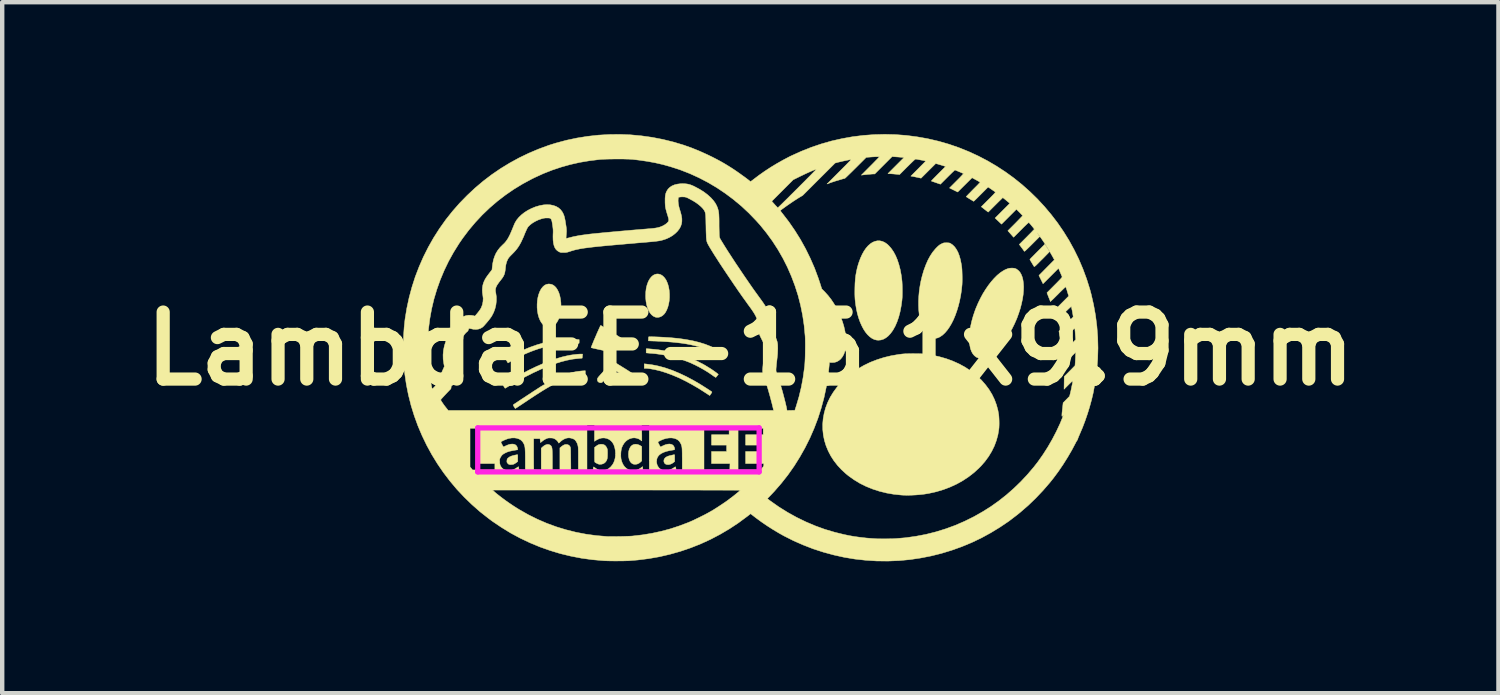
<source format=kicad_pcb>
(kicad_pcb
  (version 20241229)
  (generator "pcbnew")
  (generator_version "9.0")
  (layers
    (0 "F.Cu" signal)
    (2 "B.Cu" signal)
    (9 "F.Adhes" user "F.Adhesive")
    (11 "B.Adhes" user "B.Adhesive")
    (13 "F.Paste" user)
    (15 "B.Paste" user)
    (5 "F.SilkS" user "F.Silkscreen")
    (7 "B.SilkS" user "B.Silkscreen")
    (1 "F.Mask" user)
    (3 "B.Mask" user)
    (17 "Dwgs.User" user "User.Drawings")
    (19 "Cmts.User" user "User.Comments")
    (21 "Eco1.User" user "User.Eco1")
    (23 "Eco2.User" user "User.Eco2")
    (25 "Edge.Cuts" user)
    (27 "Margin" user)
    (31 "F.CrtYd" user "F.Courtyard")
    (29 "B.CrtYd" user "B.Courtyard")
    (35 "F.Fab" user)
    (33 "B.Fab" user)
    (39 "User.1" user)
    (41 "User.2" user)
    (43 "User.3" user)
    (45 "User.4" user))
  (footprint "LambdaEE-16.1x9.9mm"
    (layer "F.Cu")
    (at 14.014 4.881)
    (property "Reference" "LambdaEE-16.1x9.9mm" (at 0 0 0) (layer "F.SilkS") (effects (font (size 1.524 1.524) (thickness 0.3))))
    (attr exclude_from_pos_files exclude_from_bom)
    (fp_poly (pts (xy -2.569 2.176) (xy -2.526 2.19) (xy -2.496 2.207) (xy -2.47 2.224) (xy -2.47 2.55) (xy -2.497 2.576) (xy -2.533 2.604) (xy -2.573 2.622) (xy -2.614 2.629) (xy -2.655 2.625) (xy -2.677 2.617) (xy -2.708 2.596) (xy -2.734 2.565) (xy -2.753 2.524) (xy -2.756 2.515) (xy -2.769 2.454) (xy -2.772 2.394) (xy -2.767 2.336) (xy -2.753 2.284) (xy -2.73 2.238) (xy -2.714 2.217) (xy -2.685 2.192) (xy -2.65 2.177) (xy -2.611 2.171) (xy -2.569 2.176)) (stroke (width 0.01) (type solid)) (fill yes) (layer "F.SilkS"))
    (fp_poly (pts (xy -1.725 2.41) (xy -1.723 2.416) (xy -1.721 2.429) (xy -1.721 2.451) (xy -1.721 2.482) (xy -1.721 2.485) (xy -1.721 2.565) (xy -1.748 2.587) (xy -1.787 2.613) (xy -1.828 2.629) (xy -1.869 2.636) (xy -1.907 2.631) (xy -1.922 2.626) (xy -1.945 2.61) (xy -1.96 2.586) (xy -1.967 2.559) (xy -1.965 2.529) (xy -1.954 2.502) (xy -1.935 2.479) (xy -1.918 2.466) (xy -1.899 2.455) (xy -1.877 2.445) (xy -1.85 2.436) (xy -1.814 2.427) (xy -1.77 2.417) (xy -1.735 2.409) (xy -1.729 2.409) (xy -1.725 2.41)) (stroke (width 0.01) (type solid)) (fill yes) (layer "F.SilkS"))
    (fp_poly (pts (xy -5.294 2.41) (xy -5.291 2.416) (xy -5.29 2.429) (xy -5.29 2.451) (xy -5.29 2.483) (xy -5.29 2.485) (xy -5.29 2.564) (xy -5.323 2.59) (xy -5.346 2.605) (xy -5.369 2.619) (xy -5.384 2.626) (xy -5.41 2.632) (xy -5.439 2.634) (xy -5.468 2.634) (xy -5.489 2.629) (xy -5.49 2.629) (xy -5.503 2.621) (xy -5.517 2.607) (xy -5.521 2.603) (xy -5.531 2.59) (xy -5.536 2.577) (xy -5.537 2.56) (xy -5.536 2.544) (xy -5.533 2.522) (xy -5.529 2.507) (xy -5.519 2.494) (xy -5.504 2.48) (xy -5.47 2.456) (xy -5.424 2.437) (xy -5.369 2.422) (xy -5.356 2.419) (xy -5.333 2.415) (xy -5.313 2.411) (xy -5.304 2.409) (xy -5.298 2.409) (xy -5.294 2.41)) (stroke (width 0.01) (type solid)) (fill yes) (layer "F.SilkS"))
    (fp_poly (pts (xy -2.373 0.347) (xy -2.228 0.366) (xy -2.08 0.396) (xy -1.928 0.438) (xy -1.773 0.492) (xy -1.615 0.558) (xy -1.452 0.635) (xy -1.286 0.724) (xy -1.17 0.791) (xy -1.134 0.813) (xy -1.095 0.837) (xy -1.055 0.863) (xy -1.015 0.888) (xy -0.978 0.912) (xy -0.944 0.934) (xy -0.915 0.953) (xy -0.892 0.969) (xy -0.878 0.979) (xy -0.874 0.983) (xy -0.876 0.99) (xy -0.883 1.005) (xy -0.896 1.024) (xy -0.897 1.026) (xy -0.924 1.064) (xy -1.019 1.002) (xy -1.175 0.902) (xy -1.33 0.812) (xy -1.481 0.731) (xy -1.629 0.659) (xy -1.774 0.598) (xy -1.914 0.546) (xy -2.049 0.504) (xy -2.178 0.473) (xy -2.269 0.457) (xy -2.303 0.452) (xy -2.336 0.448) (xy -2.363 0.446) (xy -2.382 0.445) (xy -2.383 0.445) (xy -2.413 0.445) (xy -2.413 0.343) (xy -2.373 0.347)) (stroke (width 0.01) (type solid)) (fill yes) (layer "F.SilkS"))
    (fp_poly (pts (xy -2.078 -1.698) (xy -2.036 -1.684) (xy -1.995 -1.658) (xy -1.957 -1.621) (xy -1.922 -1.573) (xy -1.905 -1.54) (xy -1.878 -1.474) (xy -1.858 -1.402) (xy -1.845 -1.326) (xy -1.839 -1.247) (xy -1.839 -1.168) (xy -1.845 -1.09) (xy -1.858 -1.015) (xy -1.877 -0.945) (xy -1.902 -0.881) (xy -1.932 -0.825) (xy -1.961 -0.787) (xy -1.999 -0.752) (xy -2.041 -0.728) (xy -2.084 -0.715) (xy -2.128 -0.713) (xy -2.163 -0.72) (xy -2.207 -0.741) (xy -2.247 -0.773) (xy -2.282 -0.816) (xy -2.313 -0.868) (xy -2.338 -0.928) (xy -2.358 -0.997) (xy -2.372 -1.072) (xy -2.38 -1.153) (xy -2.381 -1.205) (xy -2.378 -1.295) (xy -2.368 -1.375) (xy -2.35 -1.449) (xy -2.325 -1.518) (xy -2.314 -1.542) (xy -2.282 -1.597) (xy -2.246 -1.64) (xy -2.207 -1.672) (xy -2.165 -1.692) (xy -2.122 -1.701) (xy -2.078 -1.698)) (stroke (width 0.01) (type solid)) (fill yes) (layer "F.SilkS"))
    (fp_poly (pts (xy -3.352 2.175) (xy -3.319 2.188) (xy -3.292 2.21) (xy -3.27 2.242) (xy -3.263 2.257) (xy -3.257 2.271) (xy -3.253 2.284) (xy -3.25 2.299) (xy -3.249 2.32) (xy -3.248 2.347) (xy -3.248 2.385) (xy -3.248 2.388) (xy -3.249 2.435) (xy -3.251 2.472) (xy -3.256 2.502) (xy -3.264 2.527) (xy -3.275 2.55) (xy -3.291 2.573) (xy -3.292 2.574) (xy -3.319 2.599) (xy -3.353 2.617) (xy -3.392 2.627) (xy -3.431 2.628) (xy -3.454 2.623) (xy -3.474 2.615) (xy -3.498 2.603) (xy -3.52 2.591) (xy -3.532 2.582) (xy -3.536 2.579) (xy -3.538 2.573) (xy -3.54 2.563) (xy -3.542 2.548) (xy -3.542 2.526) (xy -3.543 2.496) (xy -3.543 2.456) (xy -3.543 2.409) (xy -3.543 2.245) (xy -3.516 2.223) (xy -3.48 2.196) (xy -3.446 2.18) (xy -3.412 2.173) (xy -3.393 2.172) (xy -3.352 2.175)) (stroke (width 0.01) (type solid)) (fill yes) (layer "F.SilkS"))
    (fp_poly (pts (xy 6.726 -2.333) (xy 6.751 -2.293) (xy 6.772 -2.259) (xy 6.788 -2.232) (xy 6.798 -2.214) (xy 6.801 -2.206) (xy 6.797 -2.2) (xy 6.784 -2.187) (xy 6.765 -2.166) (xy 6.739 -2.14) (xy 6.709 -2.109) (xy 6.674 -2.073) (xy 6.636 -2.035) (xy 6.63 -2.03) (xy 6.586 -1.986) (xy 6.551 -1.951) (xy 6.523 -1.923) (xy 6.501 -1.901) (xy 6.484 -1.886) (xy 6.472 -1.876) (xy 6.464 -1.87) (xy 6.458 -1.868) (xy 6.454 -1.869) (xy 6.451 -1.871) (xy 6.45 -1.874) (xy 6.435 -1.898) (xy 6.419 -1.924) (xy 6.402 -1.952) (xy 6.386 -1.979) (xy 6.372 -2.002) (xy 6.362 -2.02) (xy 6.357 -2.03) (xy 6.356 -2.031) (xy 6.361 -2.036) (xy 6.373 -2.05) (xy 6.392 -2.07) (xy 6.418 -2.096) (xy 6.449 -2.127) (xy 6.483 -2.162) (xy 6.521 -2.2) (xy 6.527 -2.206) (xy 6.698 -2.377) (xy 6.726 -2.333)) (stroke (width 0.01) (type solid)) (fill yes) (layer "F.SilkS"))
    (fp_poly (pts (xy -4.531 -1.467) (xy -4.488 -1.45) (xy -4.448 -1.421) (xy -4.413 -1.382) (xy -4.382 -1.333) (xy -4.355 -1.275) (xy -4.334 -1.209) (xy -4.319 -1.136) (xy -4.309 -1.055) (xy -4.307 -1.016) (xy -4.307 -0.921) (xy -4.316 -0.834) (xy -4.333 -0.754) (xy -4.359 -0.679) (xy -4.371 -0.651) (xy -4.401 -0.598) (xy -4.436 -0.554) (xy -4.474 -0.521) (xy -4.515 -0.498) (xy -4.558 -0.486) (xy -4.602 -0.487) (xy -4.61 -0.488) (xy -4.649 -0.501) (xy -4.686 -0.524) (xy -4.718 -0.553) (xy -4.755 -0.598) (xy -4.785 -0.653) (xy -4.81 -0.715) (xy -4.829 -0.784) (xy -4.842 -0.858) (xy -4.849 -0.934) (xy -4.849 -1.012) (xy -4.844 -1.089) (xy -4.832 -1.163) (xy -4.814 -1.234) (xy -4.789 -1.3) (xy -4.759 -1.357) (xy -4.747 -1.374) (xy -4.712 -1.416) (xy -4.675 -1.446) (xy -4.634 -1.465) (xy -4.589 -1.473) (xy -4.578 -1.473) (xy -4.531 -1.467)) (stroke (width 0.01) (type solid)) (fill yes) (layer "F.SilkS"))
    (fp_poly (pts (xy -3.978 -0.214) (xy -3.967 -0.213) (xy -3.893 -0.208) (xy -3.893 -0.169) (xy -3.893 -0.147) (xy -3.895 -0.13) (xy -3.897 -0.123) (xy -3.905 -0.121) (xy -3.923 -0.119) (xy -3.952 -0.117) (xy -3.993 -0.116) (xy -4.047 -0.116) (xy -4.058 -0.116) (xy -4.198 -0.113) (xy -4.332 -0.103) (xy -4.462 -0.085) (xy -4.592 -0.06) (xy -4.725 -0.026) (xy -4.807 -0.002) (xy -4.907 0.032) (xy -5.013 0.072) (xy -5.122 0.118) (xy -5.23 0.168) (xy -5.334 0.221) (xy -5.43 0.275) (xy -5.431 0.275) (xy -5.512 0.323) (xy -5.537 0.281) (xy -5.562 0.239) (xy -5.513 0.209) (xy -5.352 0.119) (xy -5.187 0.039) (xy -5.02 -0.031) (xy -4.85 -0.091) (xy -4.68 -0.139) (xy -4.51 -0.175) (xy -4.342 -0.2) (xy -4.314 -0.203) (xy -4.26 -0.207) (xy -4.201 -0.211) (xy -4.14 -0.213) (xy -4.08 -0.215) (xy -4.025 -0.215) (xy -3.978 -0.214)) (stroke (width 0.01) (type solid)) (fill yes) (layer "F.SilkS"))
    (fp_poly (pts (xy -2.348 0.000065) (xy -2.328 0.001) (xy -2.297 0.003) (xy -2.26 0.006) (xy -2.218 0.01) (xy -2.174 0.014) (xy -2.131 0.019) (xy -2.095 0.023) (xy -1.913 0.052) (xy -1.733 0.092) (xy -1.556 0.143) (xy -1.385 0.205) (xy -1.218 0.278) (xy -1.059 0.36) (xy -0.906 0.453) (xy -0.841 0.497) (xy -0.813 0.517) (xy -0.786 0.536) (xy -0.765 0.552) (xy -0.751 0.563) (xy -0.75 0.564) (xy -0.728 0.582) (xy -0.755 0.616) (xy -0.769 0.634) (xy -0.781 0.647) (xy -0.786 0.652) (xy -0.787 0.652) (xy -0.793 0.649) (xy -0.807 0.64) (xy -0.829 0.626) (xy -0.855 0.608) (xy -0.87 0.597) (xy -0.959 0.536) (xy -1.057 0.476) (xy -1.161 0.418) (xy -1.265 0.365) (xy -1.367 0.318) (xy -1.41 0.3) (xy -1.553 0.247) (xy -1.703 0.201) (xy -1.858 0.163) (xy -2.013 0.133) (xy -2.166 0.112) (xy -2.245 0.105) (xy -2.275 0.103) (xy -2.306 0.1) (xy -2.332 0.098) (xy -2.332 0.098) (xy -2.369 0.094) (xy -2.369 0) (xy -2.348 0.000065)) (stroke (width 0.01) (type solid)) (fill yes) (layer "F.SilkS"))
    (fp_poly (pts (xy -2.221 -0.272) (xy -2.177 -0.271) (xy -2.128 -0.269) (xy -2.074 -0.267) (xy -2.018 -0.264) (xy -1.96 -0.261) (xy -1.903 -0.257) (xy -1.847 -0.254) (xy -1.81 -0.251) (xy -1.632 -0.234) (xy -1.466 -0.21) (xy -1.31 -0.181) (xy -1.164 -0.145) (xy -1.029 -0.103) (xy -0.903 -0.054) (xy -0.787 0.000407) (xy -0.681 0.062) (xy -0.674 0.066) (xy -0.628 0.096) (xy -0.639 0.113) (xy -0.659 0.143) (xy -0.673 0.164) (xy -0.68 0.176) (xy -0.682 0.178) (xy -0.687 0.174) (xy -0.701 0.166) (xy -0.721 0.153) (xy -0.733 0.145) (xy -0.826 0.092) (xy -0.928 0.043) (xy -1.038 -0.001) (xy -1.151 -0.039) (xy -1.176 -0.047) (xy -1.263 -0.07) (xy -1.354 -0.091) (xy -1.449 -0.109) (xy -1.549 -0.125) (xy -1.657 -0.138) (xy -1.772 -0.15) (xy -1.897 -0.16) (xy -2.031 -0.168) (xy -2.177 -0.175) (xy -2.199 -0.175) (xy -2.318 -0.18) (xy -2.318 -0.222) (xy -2.317 -0.244) (xy -2.315 -0.262) (xy -2.313 -0.27) (xy -2.305 -0.272) (xy -2.287 -0.273) (xy -2.258 -0.273) (xy -2.221 -0.272)) (stroke (width 0.01) (type solid)) (fill yes) (layer "F.SilkS"))
    (fp_poly (pts (xy -3.819 0.166) (xy -3.821 0.189) (xy -3.823 0.205) (xy -3.824 0.213) (xy -3.824 0.213) (xy -3.831 0.214) (xy -3.848 0.216) (xy -3.873 0.218) (xy -3.903 0.221) (xy -3.915 0.222) (xy -4.04 0.236) (xy -4.172 0.262) (xy -4.311 0.298) (xy -4.456 0.344) (xy -4.609 0.4) (xy -4.769 0.468) (xy -4.935 0.545) (xy -5.109 0.633) (xy -5.29 0.732) (xy -5.477 0.84) (xy -5.508 0.859) (xy -5.535 0.875) (xy -5.557 0.888) (xy -5.571 0.896) (xy -5.576 0.899) (xy -5.58 0.895) (xy -5.59 0.882) (xy -5.601 0.864) (xy -5.604 0.86) (xy -5.615 0.839) (xy -5.621 0.823) (xy -5.623 0.814) (xy -5.622 0.813) (xy -5.615 0.808) (xy -5.599 0.798) (xy -5.576 0.784) (xy -5.547 0.767) (xy -5.515 0.748) (xy -5.341 0.648) (xy -5.172 0.556) (xy -5.009 0.472) (xy -4.851 0.397) (xy -4.699 0.331) (xy -4.553 0.274) (xy -4.414 0.226) (xy -4.282 0.187) (xy -4.158 0.158) (xy -4.098 0.146) (xy -4.042 0.138) (xy -3.986 0.131) (xy -3.933 0.125) (xy -3.886 0.122) (xy -3.853 0.121) (xy -3.815 0.121) (xy -3.819 0.166)) (stroke (width 0.01) (type solid)) (fill yes) (layer "F.SilkS"))
    (fp_poly (pts (xy -3.753 0.548) (xy -3.753 0.573) (xy -3.754 0.587) (xy -3.757 0.595) (xy -3.763 0.597) (xy -3.767 0.597) (xy -3.84 0.602) (xy -3.92 0.612) (xy -4.005 0.629) (xy -4.089 0.651) (xy -4.14 0.667) (xy -4.2 0.687) (xy -4.259 0.709) (xy -4.317 0.734) (xy -4.377 0.76) (xy -4.438 0.79) (xy -4.502 0.824) (xy -4.57 0.862) (xy -4.643 0.904) (xy -4.722 0.952) (xy -4.807 1.006) (xy -4.901 1.066) (xy -5.002 1.133) (xy -5.045 1.161) (xy -5.096 1.196) (xy -5.145 1.228) (xy -5.191 1.259) (xy -5.232 1.286) (xy -5.266 1.308) (xy -5.294 1.327) (xy -5.313 1.339) (xy -5.323 1.345) (xy -5.346 1.36) (xy -5.372 1.32) (xy -5.385 1.299) (xy -5.391 1.286) (xy -5.392 1.278) (xy -5.389 1.273) (xy -5.386 1.271) (xy -5.374 1.262) (xy -5.352 1.247) (xy -5.321 1.227) (xy -5.284 1.202) (xy -5.241 1.173) (xy -5.194 1.142) (xy -5.143 1.109) (xy -5.091 1.074) (xy -5.037 1.039) (xy -4.984 1.004) (xy -4.933 0.97) (xy -4.884 0.939) (xy -4.84 0.91) (xy -4.801 0.885) (xy -4.769 0.864) (xy -4.744 0.849) (xy -4.731 0.841) (xy -4.603 0.767) (xy -4.483 0.703) (xy -4.368 0.649) (xy -4.259 0.604) (xy -4.154 0.567) (xy -4.052 0.539) (xy -3.952 0.519) (xy -3.854 0.507) (xy -3.823 0.504) (xy -3.753 0.5) (xy -3.753 0.548)) (stroke (width 0.01) (type solid)) (fill yes) (layer "F.SilkS"))
    (fp_poly (pts (xy 5.967 -1.834) (xy 5.998 -1.831) (xy 6.022 -1.825) (xy 6.045 -1.816) (xy 6.051 -1.813) (xy 6.093 -1.782) (xy 6.13 -1.742) (xy 6.159 -1.692) (xy 6.183 -1.633) (xy 6.2 -1.565) (xy 6.21 -1.49) (xy 6.215 -1.408) (xy 6.212 -1.32) (xy 6.204 -1.227) (xy 6.189 -1.128) (xy 6.167 -1.026) (xy 6.14 -0.92) (xy 6.105 -0.811) (xy 6.065 -0.7) (xy 6.054 -0.673) (xy 6.005 -0.562) (xy 5.952 -0.455) (xy 5.896 -0.353) (xy 5.835 -0.256) (xy 5.772 -0.166) (xy 5.707 -0.084) (xy 5.641 -0.009) (xy 5.574 0.056) (xy 5.507 0.111) (xy 5.441 0.156) (xy 5.376 0.189) (xy 5.367 0.192) (xy 5.338 0.203) (xy 5.313 0.209) (xy 5.285 0.212) (xy 5.258 0.214) (xy 5.23 0.214) (xy 5.205 0.213) (xy 5.187 0.211) (xy 5.182 0.21) (xy 5.135 0.189) (xy 5.094 0.156) (xy 5.058 0.113) (xy 5.029 0.061) (xy 5.007 0.000278) (xy 5.002 -0.019) (xy 4.986 -0.103) (xy 4.98 -0.196) (xy 4.981 -0.295) (xy 4.991 -0.401) (xy 5.009 -0.512) (xy 5.035 -0.628) (xy 5.068 -0.746) (xy 5.109 -0.867) (xy 5.132 -0.927) (xy 5.18 -1.039) (xy 5.233 -1.148) (xy 5.289 -1.252) (xy 5.35 -1.35) (xy 5.413 -1.442) (xy 5.478 -1.526) (xy 5.545 -1.602) (xy 5.612 -1.669) (xy 5.68 -1.726) (xy 5.747 -1.771) (xy 5.794 -1.797) (xy 5.842 -1.817) (xy 5.886 -1.83) (xy 5.931 -1.834) (xy 5.967 -1.834)) (stroke (width 0.01) (type solid)) (fill yes) (layer "F.SilkS"))
    (fp_poly (pts (xy 2.943 -2.455) (xy 2.998 -2.443) (xy 3.053 -2.419) (xy 3.106 -2.383) (xy 3.146 -2.347) (xy 3.203 -2.282) (xy 3.256 -2.205) (xy 3.303 -2.118) (xy 3.344 -2.02) (xy 3.379 -1.913) (xy 3.409 -1.797) (xy 3.432 -1.672) (xy 3.445 -1.572) (xy 3.45 -1.525) (xy 3.453 -1.468) (xy 3.455 -1.406) (xy 3.456 -1.341) (xy 3.456 -1.276) (xy 3.455 -1.215) (xy 3.453 -1.159) (xy 3.449 -1.113) (xy 3.449 -1.108) (xy 3.43 -0.97) (xy 3.405 -0.84) (xy 3.374 -0.721) (xy 3.336 -0.611) (xy 3.293 -0.512) (xy 3.243 -0.423) (xy 3.237 -0.414) (xy 3.188 -0.347) (xy 3.137 -0.292) (xy 3.083 -0.249) (xy 3.028 -0.218) (xy 2.971 -0.2) (xy 2.912 -0.194) (xy 2.873 -0.197) (xy 2.818 -0.211) (xy 2.765 -0.237) (xy 2.713 -0.275) (xy 2.663 -0.323) (xy 2.616 -0.381) (xy 2.572 -0.449) (xy 2.532 -0.526) (xy 2.495 -0.61) (xy 2.462 -0.702) (xy 2.434 -0.8) (xy 2.411 -0.905) (xy 2.404 -0.948) (xy 2.394 -1.01) (xy 2.387 -1.068) (xy 2.381 -1.123) (xy 2.378 -1.178) (xy 2.376 -1.238) (xy 2.376 -1.304) (xy 2.377 -1.379) (xy 2.377 -1.38) (xy 2.38 -1.484) (xy 2.387 -1.58) (xy 2.397 -1.668) (xy 2.412 -1.751) (xy 2.43 -1.834) (xy 2.453 -1.917) (xy 2.47 -1.968) (xy 2.505 -2.063) (xy 2.544 -2.148) (xy 2.586 -2.223) (xy 2.631 -2.288) (xy 2.679 -2.343) (xy 2.729 -2.387) (xy 2.781 -2.421) (xy 2.835 -2.443) (xy 2.889 -2.455) (xy 2.943 -2.455)) (stroke (width 0.01) (type solid)) (fill yes) (layer "F.SilkS"))
    (fp_poly (pts (xy 4.461 -2.41) (xy 4.492 -2.409) (xy 4.515 -2.407) (xy 4.532 -2.404) (xy 4.546 -2.398) (xy 4.55 -2.396) (xy 4.6 -2.362) (xy 4.645 -2.318) (xy 4.685 -2.262) (xy 4.721 -2.196) (xy 4.751 -2.118) (xy 4.777 -2.028) (xy 4.797 -1.927) (xy 4.804 -1.883) (xy 4.809 -1.845) (xy 4.813 -1.796) (xy 4.815 -1.741) (xy 4.817 -1.682) (xy 4.818 -1.622) (xy 4.818 -1.563) (xy 4.817 -1.509) (xy 4.815 -1.462) (xy 4.814 -1.451) (xy 4.801 -1.325) (xy 4.782 -1.202) (xy 4.758 -1.083) (xy 4.729 -0.969) (xy 4.696 -0.86) (xy 4.659 -0.757) (xy 4.619 -0.661) (xy 4.574 -0.572) (xy 4.527 -0.493) (xy 4.477 -0.422) (xy 4.425 -0.361) (xy 4.371 -0.311) (xy 4.315 -0.273) (xy 4.289 -0.259) (xy 4.262 -0.248) (xy 4.237 -0.241) (xy 4.209 -0.238) (xy 4.194 -0.237) (xy 4.168 -0.237) (xy 4.145 -0.238) (xy 4.129 -0.24) (xy 4.128 -0.241) (xy 4.078 -0.263) (xy 4.033 -0.297) (xy 3.992 -0.342) (xy 3.955 -0.396) (xy 3.923 -0.46) (xy 3.895 -0.531) (xy 3.871 -0.61) (xy 3.853 -0.696) (xy 3.839 -0.788) (xy 3.829 -0.885) (xy 3.825 -0.986) (xy 3.825 -1.091) (xy 3.831 -1.199) (xy 3.841 -1.31) (xy 3.857 -1.421) (xy 3.878 -1.534) (xy 3.905 -1.646) (xy 3.937 -1.757) (xy 3.95 -1.797) (xy 3.994 -1.915) (xy 4.041 -2.021) (xy 4.093 -2.116) (xy 4.149 -2.2) (xy 4.21 -2.273) (xy 4.232 -2.296) (xy 4.261 -2.325) (xy 4.285 -2.346) (xy 4.307 -2.363) (xy 4.329 -2.376) (xy 4.346 -2.385) (xy 4.37 -2.396) (xy 4.389 -2.404) (xy 4.406 -2.408) (xy 4.426 -2.409) (xy 4.454 -2.41) (xy 4.461 -2.41)) (stroke (width 0.01) (type solid)) (fill yes) (layer "F.SilkS"))
    (fp_poly (pts (xy 3.759 0.112) (xy 3.817 0.112) (xy 3.87 0.114) (xy 3.916 0.116) (xy 3.952 0.119) (xy 3.959 0.119) (xy 4.131 0.144) (xy 4.295 0.18) (xy 4.453 0.225) (xy 4.603 0.28) (xy 4.746 0.344) (xy 4.881 0.418) (xy 4.919 0.442) (xy 5.042 0.527) (xy 5.154 0.618) (xy 5.256 0.714) (xy 5.346 0.817) (xy 5.426 0.924) (xy 5.495 1.037) (xy 5.552 1.155) (xy 5.597 1.276) (xy 5.631 1.402) (xy 5.648 1.5) (xy 5.652 1.538) (xy 5.655 1.586) (xy 5.657 1.638) (xy 5.658 1.693) (xy 5.657 1.746) (xy 5.655 1.794) (xy 5.651 1.834) (xy 5.651 1.835) (xy 5.629 1.964) (xy 5.594 2.09) (xy 5.548 2.213) (xy 5.489 2.333) (xy 5.419 2.449) (xy 5.337 2.561) (xy 5.244 2.668) (xy 5.201 2.711) (xy 5.086 2.817) (xy 4.962 2.913) (xy 4.83 3) (xy 4.69 3.078) (xy 4.542 3.146) (xy 4.388 3.204) (xy 4.227 3.252) (xy 4.061 3.289) (xy 4.044 3.292) (xy 3.958 3.306) (xy 3.864 3.317) (xy 3.766 3.325) (xy 3.667 3.33) (xy 3.572 3.332) (xy 3.483 3.33) (xy 3.432 3.327) (xy 3.26 3.309) (xy 3.094 3.28) (xy 2.933 3.24) (xy 2.779 3.19) (xy 2.631 3.13) (xy 2.49 3.06) (xy 2.357 2.979) (xy 2.231 2.889) (xy 2.178 2.846) (xy 2.075 2.752) (xy 1.983 2.653) (xy 1.901 2.548) (xy 1.83 2.438) (xy 1.771 2.325) (xy 1.722 2.207) (xy 1.685 2.087) (xy 1.66 1.965) (xy 1.647 1.841) (xy 1.645 1.716) (xy 1.656 1.589) (xy 1.679 1.463) (xy 1.712 1.343) (xy 1.759 1.22) (xy 1.818 1.1) (xy 1.889 0.985) (xy 1.971 0.873) (xy 2.064 0.767) (xy 2.168 0.666) (xy 2.282 0.571) (xy 2.316 0.544) (xy 2.445 0.457) (xy 2.583 0.378) (xy 2.728 0.308) (xy 2.88 0.249) (xy 3.038 0.199) (xy 3.203 0.159) (xy 3.372 0.13) (xy 3.451 0.12) (xy 3.486 0.117) (xy 3.53 0.114) (xy 3.582 0.113) (xy 3.639 0.112) (xy 3.699 0.111) (xy 3.759 0.112)) (stroke (width 0.01) (type solid)) (fill yes) (layer "F.SilkS"))
    (fp_poly (pts (xy -3.397 -0.528) (xy -3.381 -0.519) (xy -3.357 -0.504) (xy -3.324 -0.484) (xy -3.286 -0.46) (xy -3.241 -0.432) (xy -3.192 -0.402) (xy -3.14 -0.369) (xy -3.128 -0.362) (xy -2.857 -0.194) (xy -3.091 0.035) (xy -3.079 0.177) (xy -3.076 0.218) (xy -3.072 0.255) (xy -3.07 0.285) (xy -3.067 0.307) (xy -3.066 0.319) (xy -3.066 0.321) (xy -3.06 0.324) (xy -3.045 0.333) (xy -3.021 0.348) (xy -2.991 0.367) (xy -2.954 0.389) (xy -2.913 0.415) (xy -2.877 0.437) (xy -2.832 0.465) (xy -2.791 0.491) (xy -2.754 0.515) (xy -2.723 0.535) (xy -2.699 0.551) (xy -2.684 0.562) (xy -2.678 0.566) (xy -2.666 0.589) (xy -2.663 0.616) (xy -2.67 0.642) (xy -2.684 0.665) (xy -2.699 0.677) (xy -2.711 0.682) (xy -2.722 0.685) (xy -2.734 0.686) (xy -2.748 0.683) (xy -2.765 0.676) (xy -2.788 0.665) (xy -2.816 0.649) (xy -2.852 0.628) (xy -2.896 0.601) (xy -2.924 0.583) (xy -2.966 0.558) (xy -3.004 0.534) (xy -3.038 0.514) (xy -3.065 0.497) (xy -3.086 0.486) (xy -3.097 0.479) (xy -3.099 0.479) (xy -3.106 0.483) (xy -3.12 0.496) (xy -3.141 0.517) (xy -3.168 0.546) (xy -3.201 0.581) (xy -3.235 0.619) (xy -3.268 0.655) (xy -3.298 0.688) (xy -3.325 0.717) (xy -3.348 0.741) (xy -3.365 0.758) (xy -3.375 0.767) (xy -3.377 0.768) (xy -3.405 0.774) (xy -3.434 0.768) (xy -3.446 0.762) (xy -3.466 0.746) (xy -3.477 0.726) (xy -3.48 0.7) (xy -3.48 0.691) (xy -3.479 0.684) (xy -3.476 0.676) (xy -3.471 0.667) (xy -3.463 0.655) (xy -3.451 0.639) (xy -3.433 0.618) (xy -3.41 0.592) (xy -3.379 0.558) (xy -3.342 0.516) (xy -3.34 0.514) (xy -3.31 0.481) (xy -3.282 0.449) (xy -3.258 0.422) (xy -3.239 0.401) (xy -3.226 0.386) (xy -3.22 0.38) (xy -3.218 0.374) (xy -3.216 0.365) (xy -3.216 0.351) (xy -3.216 0.33) (xy -3.217 0.301) (xy -3.22 0.261) (xy -3.223 0.221) (xy -3.227 0.177) (xy -3.23 0.138) (xy -3.234 0.106) (xy -3.237 0.082) (xy -3.24 0.068) (xy -3.241 0.066) (xy -3.249 0.063) (xy -3.267 0.058) (xy -3.295 0.051) (xy -3.331 0.042) (xy -3.372 0.032) (xy -3.418 0.022) (xy -3.432 0.019) (xy -3.479 0.009) (xy -3.522 -0.001) (xy -3.559 -0.009) (xy -3.589 -0.016) (xy -3.61 -0.022) (xy -3.621 -0.025) (xy -3.622 -0.026) (xy -3.62 -0.032) (xy -3.614 -0.049) (xy -3.604 -0.074) (xy -3.591 -0.106) (xy -3.575 -0.145) (xy -3.558 -0.187) (xy -3.538 -0.233) (xy -3.518 -0.279) (xy -3.498 -0.326) (xy -3.478 -0.372) (xy -3.459 -0.414) (xy -3.442 -0.452) (xy -3.427 -0.484) (xy -3.416 -0.509) (xy -3.407 -0.526) (xy -3.403 -0.532) (xy -3.403 -0.532) (xy -3.397 -0.528)) (stroke (width 0.01) (type solid)) (fill yes) (layer "F.SilkS"))
    (fp_poly (pts (xy 3.304 -4.87) (xy 3.55 -4.851) (xy 3.795 -4.819) (xy 4.039 -4.776) (xy 4.045 -4.774) (xy 4.282 -4.719) (xy 4.515 -4.652) (xy 4.743 -4.573) (xy 4.967 -4.483) (xy 5.184 -4.383) (xy 5.396 -4.272) (xy 5.602 -4.151) (xy 5.801 -4.021) (xy 5.994 -3.881) (xy 6.179 -3.732) (xy 6.357 -3.574) (xy 6.527 -3.408) (xy 6.689 -3.233) (xy 6.842 -3.051) (xy 6.987 -2.862) (xy 7.122 -2.665) (xy 7.248 -2.462) (xy 7.363 -2.252) (xy 7.469 -2.037) (xy 7.563 -1.815) (xy 7.647 -1.588) (xy 7.72 -1.356) (xy 7.75 -1.245) (xy 7.806 -1.001) (xy 7.85 -0.756) (xy 7.881 -0.51) (xy 7.9 -0.263) (xy 7.906 -0.016) (xy 7.899 0.231) (xy 7.88 0.478) (xy 7.848 0.726) (xy 7.803 0.973) (xy 7.795 1.013) (xy 7.759 1.164) (xy 7.716 1.321) (xy 7.667 1.48) (xy 7.613 1.637) (xy 7.555 1.79) (xy 7.494 1.933) (xy 7.486 1.952) (xy 7.472 1.984) (xy 7.46 2.013) (xy 7.451 2.037) (xy 7.445 2.053) (xy 7.445 2.056) (xy 7.44 2.071) (xy 7.433 2.081) (xy 7.433 2.081) (xy 7.427 2.089) (xy 7.417 2.105) (xy 7.404 2.127) (xy 7.398 2.14) (xy 7.311 2.304) (xy 7.215 2.469) (xy 7.112 2.633) (xy 7.003 2.793) (xy 6.89 2.945) (xy 6.81 3.045) (xy 6.656 3.223) (xy 6.492 3.396) (xy 6.32 3.562) (xy 6.141 3.717) (xy 6.074 3.772) (xy 5.879 3.921) (xy 5.676 4.058) (xy 5.468 4.185) (xy 5.254 4.302) (xy 5.034 4.407) (xy 4.81 4.5) (xy 4.581 4.582) (xy 4.348 4.653) (xy 4.112 4.712) (xy 3.872 4.759) (xy 3.63 4.795) (xy 3.386 4.818) (xy 3.14 4.828) (xy 2.893 4.827) (xy 2.867 4.826) (xy 2.622 4.81) (xy 2.379 4.783) (xy 2.137 4.743) (xy 1.898 4.69) (xy 1.662 4.626) (xy 1.43 4.551) (xy 1.203 4.463) (xy 0.98 4.365) (xy 0.762 4.255) (xy 0.648 4.191) (xy 0.514 4.111) (xy 0.381 4.026) (xy 0.251 3.937) (xy 0.128 3.847) (xy 0.049 3.786) (xy 0.006 3.752) (xy -0.075 3.815) (xy -0.274 3.962) (xy -0.48 4.098) (xy -0.691 4.222) (xy -0.908 4.336) (xy -1.131 4.438) (xy -1.358 4.528) (xy -1.59 4.607) (xy -1.827 4.674) (xy -2.067 4.73) (xy -2.312 4.773) (xy -2.56 4.804) (xy -2.74 4.819) (xy -2.782 4.822) (xy -2.835 4.823) (xy -2.895 4.825) (xy -2.961 4.825) (xy -3.029 4.826) (xy -3.098 4.826) (xy -3.166 4.825) (xy -3.228 4.824) (xy -3.284 4.822) (xy -3.331 4.82) (xy -3.343 4.819) (xy -3.594 4.797) (xy -3.841 4.763) (xy -4.084 4.716) (xy -4.324 4.658) (xy -4.559 4.587) (xy -4.79 4.505) (xy -5.016 4.411) (xy -5.237 4.306) (xy -5.454 4.189) (xy -5.664 4.06) (xy -5.87 3.921) (xy -5.953 3.859) (xy -6.148 3.706) (xy -6.333 3.543) (xy -6.509 3.372) (xy -6.657 3.214) (xy -5.864 3.214) (xy -5.839 3.236) (xy -5.781 3.287) (xy -5.713 3.341) (xy -5.639 3.398) (xy -5.559 3.457) (xy -5.476 3.515) (xy -5.393 3.571) (xy -5.31 3.624) (xy -5.248 3.662) (xy -5.045 3.777) (xy -4.837 3.88) (xy -4.626 3.971) (xy -4.41 4.05) (xy -4.19 4.117) (xy -3.966 4.173) (xy -3.737 4.217) (xy -3.503 4.249) (xy -3.264 4.269) (xy -3.251 4.27) (xy -3.221 4.271) (xy -3.181 4.271) (xy -3.132 4.271) (xy -3.077 4.271) (xy -3.018 4.27) (xy -2.956 4.269) (xy -2.895 4.268) (xy -2.837 4.266) (xy -2.782 4.264) (xy -2.734 4.262) (xy -2.695 4.26) (xy -2.673 4.258) (xy -2.45 4.232) (xy -2.233 4.196) (xy -2.022 4.15) (xy -1.814 4.094) (xy -1.608 4.026) (xy -1.402 3.948) (xy -1.398 3.946) (xy -1.351 3.926) (xy -1.295 3.901) (xy -1.234 3.871) (xy -1.169 3.84) (xy -1.103 3.807) (xy -1.039 3.775) (xy -0.979 3.743) (xy -0.927 3.714) (xy -0.905 3.702) (xy -0.845 3.667) (xy -0.779 3.625) (xy -0.709 3.58) (xy -0.638 3.533) (xy -0.57 3.487) (xy -0.508 3.443) (xy -0.463 3.409) (xy 0.386 3.409) (xy 0.458 3.463) (xy 0.65 3.598) (xy 0.849 3.722) (xy 1.053 3.835) (xy 1.263 3.937) (xy 1.477 4.028) (xy 1.695 4.107) (xy 1.918 4.173) (xy 2.13 4.225) (xy 2.255 4.251) (xy 2.378 4.272) (xy 2.504 4.289) (xy 2.635 4.304) (xy 2.774 4.315) (xy 2.854 4.32) (xy 2.887 4.322) (xy 2.929 4.322) (xy 2.979 4.323) (xy 3.034 4.323) (xy 3.091 4.323) (xy 3.147 4.322) (xy 3.2 4.321) (xy 3.248 4.32) (xy 3.287 4.318) (xy 3.292 4.318) (xy 3.53 4.298) (xy 3.764 4.265) (xy 3.995 4.221) (xy 4.221 4.164) (xy 4.444 4.095) (xy 4.662 4.015) (xy 4.876 3.922) (xy 5.086 3.818) (xy 5.292 3.701) (xy 5.471 3.588) (xy 5.648 3.462) (xy 5.822 3.325) (xy 5.989 3.178) (xy 6.15 3.023) (xy 6.303 2.859) (xy 6.447 2.69) (xy 6.541 2.569) (xy 6.655 2.407) (xy 6.764 2.237) (xy 6.866 2.06) (xy 6.96 1.88) (xy 7.044 1.7) (xy 7.087 1.595) (xy 7.099 1.566) (xy 7.108 1.541) (xy 7.115 1.523) (xy 7.118 1.514) (xy 7.118 1.513) (xy 7.114 1.514) (xy 7.105 1.522) (xy 7.103 1.523) (xy 7.088 1.537) (xy 7.085 1.52) (xy 7.085 1.509) (xy 7.086 1.487) (xy 7.088 1.457) (xy 7.092 1.421) (xy 7.096 1.38) (xy 7.098 1.366) (xy 7.113 1.229) (xy 7.186 1.155) (xy 7.259 1.081) (xy 7.275 1.018) (xy 7.282 0.989) (xy 7.29 0.954) (xy 7.298 0.916) (xy 7.306 0.876) (xy 7.314 0.837) (xy 7.322 0.801) (xy 7.328 0.771) (xy 7.332 0.747) (xy 7.334 0.733) (xy 7.334 0.731) (xy 7.33 0.732) (xy 7.318 0.742) (xy 7.299 0.758) (xy 7.275 0.781) (xy 7.246 0.809) (xy 7.234 0.821) (xy 7.134 0.921) (xy 7.136 0.776) (xy 7.138 0.632) (xy 7.261 0.508) (xy 7.383 0.384) (xy 7.387 0.328) (xy 7.389 0.301) (xy 7.391 0.265) (xy 7.393 0.225) (xy 7.395 0.185) (xy 7.395 0.176) (xy 7.399 0.079) (xy 7.263 0.215) (xy 7.126 0.351) (xy 7.122 0.317) (xy 7.12 0.298) (xy 7.117 0.27) (xy 7.114 0.236) (xy 7.11 0.199) (xy 7.109 0.187) (xy 7.099 0.092) (xy 7.249 -0.058) (xy 7.399 -0.207) (xy 7.391 -0.315) (xy 7.388 -0.352) (xy 7.386 -0.387) (xy 7.383 -0.417) (xy 7.381 -0.438) (xy 7.38 -0.446) (xy 7.376 -0.47) (xy 7.22 -0.314) (xy 7.064 -0.159) (xy 7.018 -0.397) (xy 7.18 -0.56) (xy 7.342 -0.723) (xy 7.338 -0.757) (xy 7.335 -0.776) (xy 7.33 -0.802) (xy 7.325 -0.833) (xy 7.319 -0.866) (xy 7.312 -0.898) (xy 7.307 -0.925) (xy 7.302 -0.947) (xy 7.299 -0.958) (xy 7.299 -0.959) (xy 7.294 -0.957) (xy 7.28 -0.946) (xy 7.257 -0.926) (xy 7.226 -0.897) (xy 7.187 -0.859) (xy 7.139 -0.811) (xy 7.128 -0.8) (xy 7.085 -0.757) (xy 7.05 -0.722) (xy 7.022 -0.695) (xy 7 -0.674) (xy 6.984 -0.659) (xy 6.973 -0.65) (xy 6.965 -0.645) (xy 6.961 -0.644) (xy 6.958 -0.645) (xy 6.956 -0.649) (xy 6.956 -0.651) (xy 6.953 -0.664) (xy 6.946 -0.686) (xy 6.938 -0.715) (xy 6.928 -0.748) (xy 6.924 -0.762) (xy 6.897 -0.854) (xy 7.068 -1.026) (xy 7.24 -1.198) (xy 7.208 -1.301) (xy 7.198 -1.336) (xy 7.188 -1.365) (xy 7.18 -1.389) (xy 7.175 -1.404) (xy 7.173 -1.408) (xy 7.167 -1.405) (xy 7.154 -1.393) (xy 7.134 -1.375) (xy 7.108 -1.35) (xy 7.077 -1.32) (xy 7.042 -1.286) (xy 7.004 -1.248) (xy 6.998 -1.241) (xy 6.959 -1.203) (xy 6.924 -1.168) (xy 6.893 -1.137) (xy 6.866 -1.112) (xy 6.845 -1.092) (xy 6.831 -1.079) (xy 6.825 -1.073) (xy 6.824 -1.073) (xy 6.821 -1.08) (xy 6.815 -1.096) (xy 6.805 -1.121) (xy 6.793 -1.151) (xy 6.783 -1.175) (xy 6.745 -1.273) (xy 6.92 -1.449) (xy 6.966 -1.495) (xy 7.003 -1.533) (xy 7.033 -1.564) (xy 7.056 -1.588) (xy 7.072 -1.607) (xy 7.083 -1.62) (xy 7.089 -1.629) (xy 7.091 -1.635) (xy 7.09 -1.636) (xy 7.086 -1.646) (xy 7.078 -1.665) (xy 7.067 -1.691) (xy 7.054 -1.722) (xy 7.047 -1.739) (xy 7.008 -1.83) (xy 6.656 -1.478) (xy 6.563 -1.667) (xy 6.739 -1.845) (xy 6.914 -2.022) (xy 6.869 -2.105) (xy 6.811 -2.206) (xy 6.754 -2.3) (xy 6.695 -2.394) (xy 6.672 -2.429) (xy 6.646 -2.467) (xy 6.621 -2.504) (xy 6.596 -2.539) (xy 6.573 -2.571) (xy 6.554 -2.598) (xy 6.538 -2.619) (xy 6.527 -2.632) (xy 6.523 -2.635) (xy 6.525 -2.631) (xy 6.533 -2.618) (xy 6.546 -2.6) (xy 6.55 -2.593) (xy 6.58 -2.551) (xy 6.408 -2.379) (xy 6.363 -2.334) (xy 6.326 -2.298) (xy 6.297 -2.27) (xy 6.274 -2.248) (xy 6.257 -2.232) (xy 6.245 -2.222) (xy 6.236 -2.217) (xy 6.231 -2.216) (xy 6.229 -2.217) (xy 6.223 -2.226) (xy 6.211 -2.243) (xy 6.195 -2.266) (xy 6.175 -2.292) (xy 6.169 -2.3) (xy 6.116 -2.372) (xy 6.287 -2.543) (xy 6.325 -2.582) (xy 6.36 -2.617) (xy 6.392 -2.649) (xy 6.418 -2.677) (xy 6.439 -2.698) (xy 6.452 -2.713) (xy 6.458 -2.72) (xy 6.458 -2.72) (xy 6.454 -2.726) (xy 6.444 -2.74) (xy 6.429 -2.76) (xy 6.41 -2.782) (xy 6.391 -2.806) (xy 6.372 -2.829) (xy 6.355 -2.848) (xy 6.342 -2.862) (xy 6.336 -2.869) (xy 6.332 -2.869) (xy 6.324 -2.865) (xy 6.313 -2.856) (xy 6.296 -2.842) (xy 6.274 -2.821) (xy 6.245 -2.793) (xy 6.209 -2.758) (xy 6.166 -2.714) (xy 6.157 -2.706) (xy 5.987 -2.535) (xy 5.856 -2.683) (xy 6.024 -2.851) (xy 6.061 -2.889) (xy 6.096 -2.925) (xy 6.127 -2.957) (xy 6.153 -2.984) (xy 6.173 -3.005) (xy 6.186 -3.019) (xy 6.191 -3.026) (xy 6.191 -3.026) (xy 6.187 -3.032) (xy 6.175 -3.046) (xy 6.157 -3.065) (xy 6.135 -3.088) (xy 6.121 -3.102) (xy 6.051 -3.172) (xy 5.712 -2.833) (xy 5.639 -2.903) (xy 5.566 -2.972) (xy 5.901 -3.307) (xy 5.823 -3.371) (xy 5.797 -3.393) (xy 5.773 -3.412) (xy 5.755 -3.426) (xy 5.744 -3.434) (xy 5.741 -3.435) (xy 5.736 -3.431) (xy 5.723 -3.419) (xy 5.703 -3.399) (xy 5.677 -3.374) (xy 5.646 -3.344) (xy 5.611 -3.309) (xy 5.574 -3.272) (xy 5.573 -3.271) (xy 5.409 -3.107) (xy 5.33 -3.168) (xy 5.252 -3.229) (xy 5.415 -3.392) (xy 5.458 -3.435) (xy 5.493 -3.471) (xy 5.52 -3.498) (xy 5.54 -3.52) (xy 5.555 -3.536) (xy 5.564 -3.548) (xy 5.569 -3.556) (xy 5.57 -3.561) (xy 5.569 -3.565) (xy 5.569 -3.565) (xy 5.56 -3.572) (xy 5.543 -3.584) (xy 5.52 -3.6) (xy 5.493 -3.619) (xy 5.483 -3.626) (xy 5.407 -3.677) (xy 5.245 -3.515) (xy 5.208 -3.478) (xy 5.173 -3.443) (xy 5.143 -3.413) (xy 5.117 -3.388) (xy 5.097 -3.369) (xy 5.084 -3.357) (xy 5.079 -3.353) (xy 5.073 -3.356) (xy 5.058 -3.365) (xy 5.038 -3.377) (xy 5.013 -3.392) (xy 4.987 -3.408) (xy 4.961 -3.424) (xy 4.938 -3.439) (xy 4.92 -3.45) (xy 4.91 -3.457) (xy 4.909 -3.458) (xy 4.913 -3.463) (xy 4.924 -3.476) (xy 4.943 -3.496) (xy 4.968 -3.522) (xy 4.998 -3.552) (xy 5.032 -3.587) (xy 5.067 -3.623) (xy 5.104 -3.66) (xy 5.138 -3.694) (xy 5.168 -3.724) (xy 5.192 -3.75) (xy 5.211 -3.769) (xy 5.222 -3.782) (xy 5.226 -3.787) (xy 5.218 -3.791) (xy 5.202 -3.801) (xy 5.18 -3.814) (xy 5.154 -3.828) (xy 5.127 -3.843) (xy 5.101 -3.857) (xy 5.088 -3.864) (xy 5.042 -3.889) (xy 4.715 -3.564) (xy 4.529 -3.656) (xy 4.69 -3.817) (xy 4.727 -3.854) (xy 4.761 -3.888) (xy 4.79 -3.919) (xy 4.814 -3.944) (xy 4.832 -3.964) (xy 4.844 -3.977) (xy 4.847 -3.982) (xy 4.839 -3.986) (xy 4.822 -3.994) (xy 4.798 -4.005) (xy 4.77 -4.017) (xy 4.741 -4.029) (xy 4.712 -4.041) (xy 4.686 -4.052) (xy 4.666 -4.06) (xy 4.654 -4.064) (xy 4.652 -4.064) (xy 4.646 -4.06) (xy 4.632 -4.047) (xy 4.612 -4.028) (xy 4.585 -4.003) (xy 4.554 -3.972) (xy 4.519 -3.938) (xy 4.484 -3.903) (xy 4.323 -3.742) (xy 4.221 -3.777) (xy 4.187 -3.789) (xy 4.157 -3.799) (xy 4.134 -3.807) (xy 4.119 -3.813) (xy 4.115 -3.815) (xy 4.119 -3.819) (xy 4.13 -3.832) (xy 4.149 -3.852) (xy 4.174 -3.878) (xy 4.204 -3.908) (xy 4.238 -3.943) (xy 4.275 -3.98) (xy 4.276 -3.981) (xy 4.44 -4.145) (xy 4.368 -4.168) (xy 4.335 -4.178) (xy 4.301 -4.188) (xy 4.272 -4.197) (xy 4.256 -4.201) (xy 4.216 -4.212) (xy 3.882 -3.879) (xy 3.797 -3.898) (xy 3.762 -3.905) (xy 3.73 -3.912) (xy 3.702 -3.918) (xy 3.682 -3.921) (xy 3.681 -3.921) (xy 3.65 -3.926) (xy 3.82 -4.096) (xy 3.858 -4.135) (xy 3.893 -4.17) (xy 3.924 -4.201) (xy 3.95 -4.228) (xy 3.97 -4.249) (xy 3.982 -4.263) (xy 3.988 -4.269) (xy 3.988 -4.269) (xy 3.981 -4.271) (xy 3.964 -4.275) (xy 3.94 -4.28) (xy 3.91 -4.286) (xy 3.878 -4.292) (xy 3.845 -4.298) (xy 3.814 -4.304) (xy 3.788 -4.309) (xy 3.768 -4.312) (xy 3.761 -4.313) (xy 3.755 -4.312) (xy 3.746 -4.306) (xy 3.733 -4.296) (xy 3.715 -4.28) (xy 3.691 -4.257) (xy 3.661 -4.228) (xy 3.623 -4.191) (xy 3.578 -4.146) (xy 3.57 -4.139) (xy 3.394 -3.962) (xy 3.33 -3.968) (xy 3.295 -3.971) (xy 3.253 -3.975) (xy 3.213 -3.978) (xy 3.198 -3.979) (xy 3.129 -3.983) (xy 3.311 -4.165) (xy 3.494 -4.348) (xy 3.46 -4.352) (xy 3.441 -4.354) (xy 3.414 -4.356) (xy 3.379 -4.359) (xy 3.342 -4.362) (xy 3.325 -4.363) (xy 3.224 -4.37) (xy 2.829 -3.975) (xy 2.8 -3.975) (xy 2.784 -3.974) (xy 2.757 -3.972) (xy 2.723 -3.969) (xy 2.685 -3.966) (xy 2.644 -3.962) (xy 2.604 -3.958) (xy 2.567 -3.954) (xy 2.557 -3.952) (xy 2.524 -3.948) (xy 2.729 -4.154) (xy 2.771 -4.196) (xy 2.81 -4.236) (xy 2.845 -4.272) (xy 2.876 -4.303) (xy 2.901 -4.329) (xy 2.919 -4.349) (xy 2.931 -4.361) (xy 2.934 -4.365) (xy 2.928 -4.367) (xy 2.911 -4.367) (xy 2.886 -4.367) (xy 2.853 -4.367) (xy 2.817 -4.365) (xy 2.777 -4.363) (xy 2.736 -4.36) (xy 2.697 -4.357) (xy 2.69 -4.357) (xy 2.634 -4.351) (xy 2.395 -4.112) (xy 2.349 -4.067) (xy 2.306 -4.024) (xy 2.266 -3.985) (xy 2.231 -3.951) (xy 2.201 -3.922) (xy 2.177 -3.899) (xy 2.159 -3.883) (xy 2.15 -3.874) (xy 2.148 -3.874) (xy 2.138 -3.872) (xy 2.117 -3.867) (xy 2.089 -3.859) (xy 2.054 -3.849) (xy 2.016 -3.837) (xy 1.975 -3.825) (xy 1.934 -3.813) (xy 1.895 -3.8) (xy 1.861 -3.789) (xy 1.832 -3.779) (xy 1.823 -3.776) (xy 1.744 -3.747) (xy 2.023 -4.027) (xy 2.08 -4.084) (xy 2.128 -4.132) (xy 2.169 -4.173) (xy 2.202 -4.207) (xy 2.229 -4.235) (xy 2.25 -4.257) (xy 2.265 -4.273) (xy 2.276 -4.285) (xy 2.282 -4.294) (xy 2.285 -4.299) (xy 2.284 -4.302) (xy 2.282 -4.302) (xy 2.277 -4.302) (xy 2.276 -4.302) (xy 2.254 -4.298) (xy 2.222 -4.291) (xy 2.183 -4.283) (xy 2.141 -4.274) (xy 2.097 -4.265) (xy 2.056 -4.255) (xy 2.02 -4.247) (xy 1.991 -4.24) (xy 1.988 -4.239) (xy 1.928 -4.223) (xy 1.559 -3.855) (xy 1.191 -3.487) (xy 1.114 -3.441) (xy 1.078 -3.419) (xy 1.037 -3.392) (xy 0.991 -3.363) (xy 0.944 -3.331) (xy 0.896 -3.298) (xy 0.849 -3.266) (xy 0.804 -3.234) (xy 0.764 -3.205) (xy 0.729 -3.18) (xy 0.702 -3.159) (xy 0.684 -3.144) (xy 0.684 -3.143) (xy 0.685 -3.137) (xy 0.694 -3.123) (xy 0.708 -3.103) (xy 0.727 -3.079) (xy 0.732 -3.073) (xy 0.876 -2.886) (xy 1.011 -2.69) (xy 1.138 -2.487) (xy 1.255 -2.276) (xy 1.361 -2.06) (xy 1.458 -1.839) (xy 1.542 -1.614) (xy 1.587 -1.48) (xy 1.624 -1.362) (xy 1.694 -1.292) (xy 1.767 -1.211) (xy 1.836 -1.123) (xy 1.899 -1.029) (xy 1.957 -0.93) (xy 2.01 -0.827) (xy 2.055 -0.722) (xy 2.095 -0.615) (xy 2.127 -0.509) (xy 2.151 -0.403) (xy 2.168 -0.299) (xy 2.176 -0.199) (xy 2.175 -0.104) (xy 2.166 -0.014) (xy 2.149 0.062) (xy 2.125 0.128) (xy 2.093 0.185) (xy 2.055 0.233) (xy 2.012 0.269) (xy 1.963 0.296) (xy 1.909 0.311) (xy 1.851 0.314) (xy 1.832 0.313) (xy 1.812 0.311) (xy 1.802 0.312) (xy 1.798 0.316) (xy 1.797 0.322) (xy 1.796 0.337) (xy 1.794 0.363) (xy 1.791 0.397) (xy 1.787 0.436) (xy 1.783 0.479) (xy 1.778 0.523) (xy 1.773 0.565) (xy 1.769 0.604) (xy 1.765 0.632) (xy 1.726 0.874) (xy 1.675 1.114) (xy 1.611 1.35) (xy 1.537 1.582) (xy 1.45 1.81) (xy 1.353 2.033) (xy 1.244 2.251) (xy 1.125 2.462) (xy 0.996 2.668) (xy 0.856 2.867) (xy 0.706 3.058) (xy 0.546 3.242) (xy 0.461 3.332) (xy 0.386 3.409) (xy -0.463 3.409) (xy -0.463 3.409) (xy -0.426 3.381) (xy -0.388 3.352) (xy -0.352 3.323) (xy -0.318 3.295) (xy -0.287 3.27) (xy -0.262 3.249) (xy -0.243 3.232) (xy -0.231 3.221) (xy -0.229 3.218) (xy -0.235 3.218) (xy -0.254 3.217) (xy -0.284 3.217) (xy -0.326 3.217) (xy -0.379 3.216) (xy -0.443 3.216) (xy -0.517 3.216) (xy -0.601 3.216) (xy -0.694 3.215) (xy -0.796 3.215) (xy -0.907 3.215) (xy -1.027 3.215) (xy -1.154 3.214) (xy -1.289 3.214) (xy -1.43 3.214) (xy -1.579 3.214) (xy -1.733 3.214) (xy -1.894 3.214) (xy -2.06 3.214) (xy -2.23 3.213) (xy -2.406 3.213) (xy -2.586 3.213) (xy -2.769 3.213) (xy -2.956 3.213) (xy -3.046 3.213) (xy -5.864 3.214) (xy -6.657 3.214) (xy -6.676 3.194) (xy -6.833 3.007) (xy -6.98 2.814) (xy -7.117 2.614) (xy -7.244 2.407) (xy -7.36 2.195) (xy -7.465 1.977) (xy -7.536 1.81) (xy -6.375 1.81) (xy -6.375 2.685) (xy -6.346 2.72) (xy -6.318 2.756) (xy -5.81 2.756) (xy -5.81 2.61) (xy -6.204 2.61) (xy -6.204 2.533) (xy -5.702 2.533) (xy -5.702 2.556) (xy -5.701 2.574) (xy -5.697 2.615) (xy -5.689 2.648) (xy -5.674 2.677) (xy -5.652 2.706) (xy -5.65 2.709) (xy -5.621 2.734) (xy -5.583 2.754) (xy -5.541 2.768) (xy -5.499 2.774) (xy -5.485 2.773) (xy -5.463 2.77) (xy -5.441 2.766) (xy -5.392 2.751) (xy -5.343 2.727) (xy -5.306 2.703) (xy -5.289 2.691) (xy -5.277 2.684) (xy -5.273 2.682) (xy -5.271 2.689) (xy -5.268 2.704) (xy -5.266 2.718) (xy -5.261 2.753) (xy -5.118 2.756) (xy -5.118 2.522) (xy -5.118 2.451) (xy -5.119 2.392) (xy -5.12 2.342) (xy -5.122 2.301) (xy -5.124 2.267) (xy -5.127 2.239) (xy -5.132 2.215) (xy -5.138 2.195) (xy -5.145 2.175) (xy -5.153 2.157) (xy -5.18 2.113) (xy -5.216 2.078) (xy -5.26 2.052) (xy -5.281 2.045) (xy -4.928 2.045) (xy -4.928 2.396) (xy -4.928 2.462) (xy -4.927 2.524) (xy -4.927 2.58) (xy -4.927 2.631) (xy -4.926 2.674) (xy -4.925 2.709) (xy -4.925 2.734) (xy -4.924 2.749) (xy -4.923 2.752) (xy -4.916 2.753) (xy -4.898 2.755) (xy -4.873 2.755) (xy -4.842 2.756) (xy -4.838 2.756) (xy -4.756 2.756) (xy -4.756 2.262) (xy -4.725 2.233) (xy -4.687 2.203) (xy -4.65 2.184) (xy -4.614 2.175) (xy -4.581 2.178) (xy -4.551 2.192) (xy -4.536 2.205) (xy -4.528 2.215) (xy -4.521 2.227) (xy -4.516 2.241) (xy -4.511 2.26) (xy -4.508 2.283) (xy -4.506 2.314) (xy -4.504 2.351) (xy -4.503 2.398) (xy -4.502 2.454) (xy -4.502 2.522) (xy -4.502 2.533) (xy -4.502 2.756) (xy -4.331 2.756) (xy -4.331 2.255) (xy -4.304 2.232) (xy -4.269 2.205) (xy -4.239 2.188) (xy -4.211 2.178) (xy -4.188 2.176) (xy -4.152 2.181) (xy -4.124 2.195) (xy -4.103 2.22) (xy -4.1 2.226) (xy -4.096 2.233) (xy -4.093 2.24) (xy -4.091 2.249) (xy -4.089 2.262) (xy -4.088 2.279) (xy -4.087 2.301) (xy -4.086 2.331) (xy -4.086 2.369) (xy -4.085 2.416) (xy -4.085 2.474) (xy -4.084 2.503) (xy -4.082 2.756) (xy -3.912 2.756) (xy -3.912 2.5) (xy -3.912 2.435) (xy -3.912 2.382) (xy -3.912 2.338) (xy -3.913 2.303) (xy -3.914 2.275) (xy -3.915 2.253) (xy -3.916 2.235) (xy -3.919 2.22) (xy -3.921 2.207) (xy -3.924 2.194) (xy -3.94 2.147) (xy -3.962 2.107) (xy -3.987 2.075) (xy -3.998 2.066) (xy -4.023 2.051) (xy -4.056 2.039) (xy -4.091 2.03) (xy -4.124 2.026) (xy -4.128 2.026) (xy -4.173 2.031) (xy -4.221 2.047) (xy -4.268 2.072) (xy -4.311 2.105) (xy -4.327 2.121) (xy -4.342 2.135) (xy -4.353 2.144) (xy -4.357 2.146) (xy -4.362 2.141) (xy -4.368 2.129) (xy -4.368 2.128) (xy -4.383 2.104) (xy -4.407 2.079) (xy -4.436 2.057) (xy -4.458 2.045) (xy -4.478 2.037) (xy -4.497 2.032) (xy -4.519 2.03) (xy -4.55 2.029) (xy -4.579 2.029) (xy -4.6 2.031) (xy -4.618 2.036) (xy -4.637 2.044) (xy -4.655 2.052) (xy -4.683 2.068) (xy -4.711 2.086) (xy -4.734 2.104) (xy -4.735 2.105) (xy -4.752 2.119) (xy -4.765 2.129) (xy -4.771 2.134) (xy -4.771 2.134) (xy -4.773 2.128) (xy -4.776 2.113) (xy -4.778 2.091) (xy -4.778 2.089) (xy -4.783 2.045) (xy -4.928 2.045) (xy -5.281 2.045) (xy -5.311 2.035) (xy -5.368 2.027) (xy -5.43 2.029) (xy -5.497 2.041) (xy -5.511 2.045) (xy -5.535 2.053) (xy -5.564 2.064) (xy -5.595 2.077) (xy -5.625 2.091) (xy -5.65 2.104) (xy -5.667 2.115) (xy -5.669 2.116) (xy -5.671 2.122) (xy -5.669 2.133) (xy -5.661 2.152) (xy -5.647 2.177) (xy -5.635 2.201) (xy -5.624 2.219) (xy -5.618 2.231) (xy -5.617 2.233) (xy -5.611 2.231) (xy -5.597 2.225) (xy -5.576 2.215) (xy -5.561 2.207) (xy -5.509 2.185) (xy -5.46 2.171) (xy -5.415 2.167) (xy -5.376 2.171) (xy -5.344 2.184) (xy -5.319 2.206) (xy -5.309 2.222) (xy -5.301 2.24) (xy -5.295 2.261) (xy -5.292 2.28) (xy -5.291 2.294) (xy -5.295 2.299) (xy -5.307 2.3) (xy -5.328 2.303) (xy -5.356 2.308) (xy -5.388 2.314) (xy -5.42 2.32) (xy -5.449 2.326) (xy -5.473 2.331) (xy -5.485 2.334) (xy -5.529 2.349) (xy -5.571 2.368) (xy -5.608 2.388) (xy -5.637 2.409) (xy -5.641 2.412) (xy -5.664 2.44) (xy -5.684 2.473) (xy -5.686 2.477) (xy -5.695 2.497) (xy -5.7 2.514) (xy -5.702 2.533) (xy -6.204 2.533) (xy -6.204 1.81) (xy -6.375 1.81) (xy -7.536 1.81) (xy -7.56 1.753) (xy -7.567 1.734) (xy -3.715 1.734) (xy -3.715 2.756) (xy -3.646 2.755) (xy -3.578 2.753) (xy -3.572 2.721) (xy -3.569 2.702) (xy -3.566 2.69) (xy -3.565 2.687) (xy -3.559 2.689) (xy -3.547 2.698) (xy -3.529 2.71) (xy -3.498 2.732) (xy -3.47 2.748) (xy -3.441 2.759) (xy -3.421 2.765) (xy -3.395 2.771) (xy -3.375 2.774) (xy -3.354 2.773) (xy -3.327 2.769) (xy -3.327 2.769) (xy -3.271 2.752) (xy -3.219 2.724) (xy -3.174 2.685) (xy -3.135 2.637) (xy -3.11 2.594) (xy -3.089 2.54) (xy -3.075 2.486) (xy -3.068 2.426) (xy -3.067 2.401) (xy -2.946 2.401) (xy -2.945 2.456) (xy -2.94 2.505) (xy -2.937 2.519) (xy -2.918 2.583) (xy -2.891 2.639) (xy -2.857 2.686) (xy -2.815 2.724) (xy -2.768 2.751) (xy -2.716 2.767) (xy -2.71 2.768) (xy -2.682 2.772) (xy -2.662 2.774) (xy -2.643 2.773) (xy -2.622 2.769) (xy -2.615 2.768) (xy -2.563 2.752) (xy -2.512 2.725) (xy -2.483 2.705) (xy -2.452 2.68) (xy -2.447 2.717) (xy -2.442 2.753) (xy -2.37 2.755) (xy -2.299 2.756) (xy -2.299 2.579) (xy -2.132 2.579) (xy -2.123 2.63) (xy -2.103 2.675) (xy -2.074 2.713) (xy -2.038 2.742) (xy -1.995 2.762) (xy -1.947 2.772) (xy -1.895 2.771) (xy -1.879 2.768) (xy -1.842 2.758) (xy -1.8 2.741) (xy -1.76 2.719) (xy -1.733 2.702) (xy -1.717 2.69) (xy -1.707 2.685) (xy -1.701 2.689) (xy -1.697 2.702) (xy -1.692 2.727) (xy -1.692 2.729) (xy -1.688 2.756) (xy -1.549 2.756) (xy -1.549 2.51) (xy -1.55 2.441) (xy -1.55 2.383) (xy -1.551 2.334) (xy -1.552 2.295) (xy -1.554 2.263) (xy -1.557 2.236) (xy -1.561 2.214) (xy -1.567 2.195) (xy -1.573 2.177) (xy -1.581 2.16) (xy -1.589 2.145) (xy -1.614 2.106) (xy -1.646 2.076) (xy -1.681 2.055) (xy -1.732 2.036) (xy -1.788 2.028) (xy -1.85 2.029) (xy -1.915 2.039) (xy -1.981 2.059) (xy -2.048 2.088) (xy -2.053 2.091) (xy -2.075 2.103) (xy -2.092 2.113) (xy -2.101 2.121) (xy -2.102 2.123) (xy -2.099 2.131) (xy -2.091 2.147) (xy -2.08 2.169) (xy -2.073 2.182) (xy -2.044 2.235) (xy -1.995 2.21) (xy -1.939 2.185) (xy -1.888 2.171) (xy -1.841 2.166) (xy -1.801 2.172) (xy -1.767 2.188) (xy -1.757 2.196) (xy -1.743 2.214) (xy -1.73 2.238) (xy -1.723 2.264) (xy -1.721 2.278) (xy -1.722 2.29) (xy -1.727 2.297) (xy -1.739 2.3) (xy -1.751 2.302) (xy -1.839 2.317) (xy -1.914 2.335) (xy -1.978 2.358) (xy -2.031 2.385) (xy -2.072 2.416) (xy -2.102 2.452) (xy -2.122 2.493) (xy -2.132 2.539) (xy -2.132 2.579) (xy -2.299 2.579) (xy -2.299 1.81) (xy -1.054 1.81) (xy -1.054 2.756) (xy -0.76 2.754) (xy -0.467 2.753) (xy -0.465 2.681) (xy -0.463 2.61) (xy -0.883 2.61) (xy -0.883 2.337) (xy -0.54 2.337) (xy -0.54 2.191) (xy -0.883 2.191) (xy -0.883 1.956) (xy -0.483 1.956) (xy -0.483 1.81) (xy -0.279 1.81) (xy -0.279 2.756) (xy 0.232 2.756) (xy 0.269 2.712) (xy 0.286 2.69) (xy 0.297 2.674) (xy 0.303 2.66) (xy 0.305 2.647) (xy 0.305 2.639) (xy 0.305 2.61) (xy -0.108 2.61) (xy -0.108 2.337) (xy 0.229 2.337) (xy 0.229 2.191) (xy -0.108 2.191) (xy -0.108 1.956) (xy 0.292 1.956) (xy 0.292 1.81) (xy -0.279 1.81) (xy -0.483 1.81) (xy -1.054 1.81) (xy -2.299 1.81) (xy -2.299 1.734) (xy -2.471 1.734) (xy -2.469 1.915) (xy -2.468 1.961) (xy -2.468 2.003) (xy -2.468 2.039) (xy -2.468 2.068) (xy -2.468 2.087) (xy -2.469 2.095) (xy -2.469 2.096) (xy -2.475 2.092) (xy -2.487 2.083) (xy -2.491 2.08) (xy -2.539 2.05) (xy -2.59 2.033) (xy -2.641 2.026) (xy -2.692 2.031) (xy -2.742 2.046) (xy -2.789 2.07) (xy -2.832 2.104) (xy -2.87 2.147) (xy -2.902 2.198) (xy -2.925 2.251) (xy -2.936 2.295) (xy -2.943 2.346) (xy -2.946 2.401) (xy -3.067 2.401) (xy -3.067 2.39) (xy -3.071 2.315) (xy -3.084 2.247) (xy -3.104 2.187) (xy -3.132 2.136) (xy -3.168 2.095) (xy -3.211 2.063) (xy -3.218 2.059) (xy -3.272 2.037) (xy -3.328 2.028) (xy -3.384 2.031) (xy -3.44 2.046) (xy -3.495 2.073) (xy -3.506 2.08) (xy -3.524 2.092) (xy -3.537 2.101) (xy -3.543 2.105) (xy -3.544 2.099) (xy -3.544 2.083) (xy -3.545 2.056) (xy -3.545 2.022) (xy -3.545 1.981) (xy -3.545 1.935) (xy -3.545 1.92) (xy -3.543 1.734) (xy -3.715 1.734) (xy -7.567 1.734) (xy -7.643 1.525) (xy -7.715 1.293) (xy -7.747 1.164) (xy -7.042 1.164) (xy -7.038 1.173) (xy -7.028 1.19) (xy -7.013 1.214) (xy -6.994 1.241) (xy -6.973 1.272) (xy -6.95 1.303) (xy -6.927 1.332) (xy -6.92 1.341) (xy -6.871 1.403) (xy 0.528 1.403) (xy 0.524 1.383) (xy 0.516 1.347) (xy 0.505 1.302) (xy 0.492 1.249) (xy 0.477 1.192) (xy 0.461 1.131) (xy 0.444 1.068) (xy 0.426 1.005) (xy 0.409 0.944) (xy 0.392 0.887) (xy 0.376 0.835) (xy 0.362 0.791) (xy 0.35 0.756) (xy 0.343 0.736) (xy 0.317 0.665) (xy 0.297 0.602) (xy 0.285 0.546) (xy 0.282 0.523) (xy 0.281 0.507) (xy 0.281 0.489) (xy 0.281 0.468) (xy 0.283 0.442) (xy 0.285 0.409) (xy 0.289 0.37) (xy 0.294 0.322) (xy 0.301 0.264) (xy 0.309 0.195) (xy 0.316 0.125) (xy 0.321 0.066) (xy 0.323 0.016) (xy 0.323 -0.018) (xy 0.321 -0.093) (xy 0.269 -0.194) (xy 0.245 -0.242) (xy 0.226 -0.281) (xy 0.212 -0.313) (xy 0.202 -0.342) (xy 0.195 -0.371) (xy 0.19 -0.4) (xy 0.187 -0.433) (xy 0.184 -0.473) (xy 0.184 -0.479) (xy 0.18 -0.538) (xy 0.173 -0.591) (xy 0.162 -0.64) (xy 0.147 -0.687) (xy 0.127 -0.734) (xy 0.101 -0.783) (xy 0.068 -0.837) (xy 0.028 -0.896) (xy 0.003 -0.931) (xy -0.054 -1.009) (xy -0.105 -1.081) (xy -0.153 -1.147) (xy -0.198 -1.21) (xy -0.241 -1.272) (xy -0.284 -1.333) (xy -0.327 -1.397) (xy -0.373 -1.463) (xy -0.421 -1.535) (xy -0.474 -1.613) (xy -0.532 -1.699) (xy -0.553 -1.73) (xy -0.611 -1.817) (xy -0.666 -1.9) (xy -0.719 -1.981) (xy -0.768 -2.058) (xy -0.814 -2.129) (xy -0.855 -2.195) (xy -0.892 -2.255) (xy -0.923 -2.306) (xy -0.948 -2.349) (xy -0.966 -2.383) (xy -0.969 -2.388) (xy -0.977 -2.404) (xy -0.983 -2.421) (xy -0.989 -2.438) (xy -0.993 -2.458) (xy -0.997 -2.481) (xy -1 -2.509) (xy -1.003 -2.543) (xy -1.004 -2.585) (xy -1.006 -2.636) (xy -1.008 -2.696) (xy -1.009 -2.768) (xy -1.009 -2.781) (xy -1.011 -2.852) (xy -1.012 -2.912) (xy -1.013 -2.962) (xy -1.015 -3.003) (xy -1.017 -3.036) (xy -1.02 -3.063) (xy -1.024 -3.084) (xy -1.028 -3.102) (xy -1.034 -3.118) (xy -1.041 -3.132) (xy -1.049 -3.146) (xy -1.057 -3.159) (xy -1.087 -3.197) (xy -1.128 -3.238) (xy -1.178 -3.28) (xy -1.236 -3.323) (xy -1.302 -3.364) (xy -1.373 -3.403) (xy -1.389 -3.411) (xy -1.42 -3.427) (xy -1.444 -3.438) (xy -1.462 -3.445) (xy -1.479 -3.449) (xy -1.497 -3.452) (xy -1.52 -3.453) (xy -1.525 -3.453) (xy -1.556 -3.454) (xy -1.584 -3.452) (xy -1.606 -3.45) (xy -1.611 -3.449) (xy -1.637 -3.441) (xy -1.641 -3.402) (xy -1.643 -3.362) (xy -1.639 -3.315) (xy -1.632 -3.265) (xy -1.621 -3.216) (xy -1.617 -3.202) (xy -1.608 -3.171) (xy -1.597 -3.136) (xy -1.587 -3.102) (xy -1.585 -3.097) (xy -1.567 -3.024) (xy -1.557 -2.958) (xy -1.557 -2.898) (xy -1.565 -2.842) (xy -1.566 -2.839) (xy -1.585 -2.781) (xy -1.617 -2.724) (xy -1.659 -2.67) (xy -1.711 -2.62) (xy -1.77 -2.574) (xy -1.837 -2.534) (xy -1.91 -2.5) (xy -1.925 -2.495) (xy -1.954 -2.485) (xy -1.982 -2.476) (xy -2.01 -2.468) (xy -2.04 -2.461) (xy -2.073 -2.454) (xy -2.111 -2.449) (xy -2.154 -2.443) (xy -2.205 -2.438) (xy -2.264 -2.432) (xy -2.334 -2.426) (xy -2.41 -2.419) (xy -2.432 -2.417) (xy -2.465 -2.415) (xy -2.508 -2.411) (xy -2.559 -2.407) (xy -2.617 -2.402) (xy -2.679 -2.396) (xy -2.746 -2.39) (xy -2.815 -2.385) (xy -2.854 -2.381) (xy -2.992 -2.369) (xy -3.117 -2.358) (xy -3.231 -2.348) (xy -3.335 -2.338) (xy -3.429 -2.329) (xy -3.514 -2.32) (xy -3.591 -2.312) (xy -3.66 -2.303) (xy -3.723 -2.295) (xy -3.779 -2.288) (xy -3.83 -2.28) (xy -3.876 -2.272) (xy -3.919 -2.263) (xy -3.958 -2.255) (xy -3.995 -2.246) (xy -4.03 -2.236) (xy -4.064 -2.226) (xy -4.098 -2.215) (xy -4.102 -2.214) (xy -4.136 -2.203) (xy -4.163 -2.195) (xy -4.185 -2.191) (xy -4.206 -2.189) (xy -4.232 -2.188) (xy -4.248 -2.188) (xy -4.279 -2.188) (xy -4.302 -2.189) (xy -4.319 -2.192) (xy -4.335 -2.198) (xy -4.351 -2.205) (xy -4.389 -2.229) (xy -4.421 -2.26) (xy -4.446 -2.299) (xy -4.465 -2.347) (xy -4.478 -2.403) (xy -4.486 -2.47) (xy -4.488 -2.547) (xy -4.487 -2.6) (xy -4.485 -2.645) (xy -4.485 -2.681) (xy -4.486 -2.712) (xy -4.489 -2.742) (xy -4.493 -2.776) (xy -4.496 -2.797) (xy -4.504 -2.849) (xy -4.511 -2.89) (xy -4.519 -2.921) (xy -4.528 -2.943) (xy -4.54 -2.958) (xy -4.554 -2.968) (xy -4.573 -2.972) (xy -4.597 -2.974) (xy -4.626 -2.974) (xy -4.666 -2.973) (xy -4.701 -2.968) (xy -4.736 -2.959) (xy -4.747 -2.956) (xy -4.819 -2.931) (xy -4.887 -2.899) (xy -4.949 -2.863) (xy -5.003 -2.823) (xy -5.047 -2.781) (xy -5.059 -2.766) (xy -5.068 -2.751) (xy -5.081 -2.727) (xy -5.095 -2.696) (xy -5.111 -2.661) (xy -5.125 -2.629) (xy -5.157 -2.549) (xy -5.188 -2.481) (xy -5.216 -2.421) (xy -5.245 -2.368) (xy -5.274 -2.321) (xy -5.305 -2.277) (xy -5.338 -2.236) (xy -5.375 -2.195) (xy -5.41 -2.159) (xy -5.442 -2.127) (xy -5.467 -2.101) (xy -5.485 -2.081) (xy -5.499 -2.063) (xy -5.51 -2.045) (xy -5.52 -2.027) (xy -5.52 -2.026) (xy -5.537 -1.988) (xy -5.549 -1.951) (xy -5.559 -1.911) (xy -5.566 -1.864) (xy -5.569 -1.833) (xy -5.576 -1.777) (xy -5.584 -1.73) (xy -5.596 -1.69) (xy -5.613 -1.653) (xy -5.636 -1.615) (xy -5.667 -1.574) (xy -5.681 -1.556) (xy -5.716 -1.511) (xy -5.743 -1.473) (xy -5.764 -1.441) (xy -5.778 -1.412) (xy -5.786 -1.393) (xy -5.794 -1.364) (xy -5.797 -1.335) (xy -5.795 -1.302) (xy -5.788 -1.264) (xy -5.776 -1.178) (xy -5.776 -1.089) (xy -5.786 -0.999) (xy -5.807 -0.911) (xy -5.838 -0.826) (xy -5.879 -0.747) (xy -5.895 -0.722) (xy -5.914 -0.695) (xy -5.938 -0.664) (xy -5.965 -0.63) (xy -5.994 -0.595) (xy -6.023 -0.562) (xy -6.049 -0.532) (xy -6.072 -0.508) (xy -6.089 -0.492) (xy -6.091 -0.491) (xy -6.133 -0.465) (xy -6.183 -0.447) (xy -6.236 -0.44) (xy -6.292 -0.442) (xy -6.336 -0.451) (xy -6.361 -0.457) (xy -6.381 -0.461) (xy -6.394 -0.462) (xy -6.396 -0.462) (xy -6.403 -0.454) (xy -6.41 -0.438) (xy -6.413 -0.429) (xy -6.421 -0.409) (xy -6.433 -0.394) (xy -6.453 -0.378) (xy -6.475 -0.357) (xy -6.501 -0.326) (xy -6.529 -0.286) (xy -6.559 -0.238) (xy -6.588 -0.184) (xy -6.6 -0.162) (xy -6.631 -0.094) (xy -6.655 -0.033) (xy -6.671 0.024) (xy -6.682 0.081) (xy -6.686 0.139) (xy -6.687 0.164) (xy -6.686 0.209) (xy -6.683 0.247) (xy -6.677 0.283) (xy -6.667 0.323) (xy -6.657 0.357) (xy -6.64 0.412) (xy -6.658 0.462) (xy -6.668 0.486) (xy -6.681 0.518) (xy -6.696 0.554) (xy -6.712 0.59) (xy -6.716 0.599) (xy -6.739 0.65) (xy -6.757 0.692) (xy -6.77 0.728) (xy -6.781 0.76) (xy -6.789 0.792) (xy -6.796 0.825) (xy -6.799 0.841) (xy -6.81 0.91) (xy -6.887 0.99) (xy -6.935 1.041) (xy -6.974 1.083) (xy -7.004 1.116) (xy -7.026 1.14) (xy -7.038 1.156) (xy -7.042 1.164) (xy -7.747 1.164) (xy -7.775 1.056) (xy -7.823 0.816) (xy -7.859 0.572) (xy -7.87 0.47) (xy -7.883 0.319) (xy -7.89 0.161) (xy -7.893 0.006) (xy -7.34 0.006) (xy -7.332 0.237) (xy -7.312 0.469) (xy -7.28 0.695) (xy -7.271 0.746) (xy -7.262 0.793) (xy -7.254 0.834) (xy -7.247 0.868) (xy -7.241 0.894) (xy -7.236 0.91) (xy -7.233 0.914) (xy -7.228 0.91) (xy -7.215 0.898) (xy -7.197 0.88) (xy -7.175 0.857) (xy -7.161 0.842) (xy -7.136 0.815) (xy -7.117 0.794) (xy -7.104 0.778) (xy -7.096 0.764) (xy -7.09 0.751) (xy -7.086 0.736) (xy -7.084 0.726) (xy -7.074 0.689) (xy -7.063 0.652) (xy -7.05 0.615) (xy -7.034 0.573) (xy -7.012 0.524) (xy -7.003 0.502) (xy -6.959 0.404) (xy -6.971 0.34) (xy -6.986 0.238) (xy -6.988 0.137) (xy -6.979 0.035) (xy -6.958 -0.067) (xy -6.925 -0.171) (xy -6.88 -0.276) (xy -6.823 -0.383) (xy -6.77 -0.468) (xy -6.75 -0.497) (xy -6.732 -0.523) (xy -6.716 -0.544) (xy -6.704 -0.557) (xy -6.703 -0.559) (xy -6.69 -0.572) (xy -6.675 -0.592) (xy -6.66 -0.614) (xy -6.621 -0.664) (xy -6.575 -0.704) (xy -6.522 -0.735) (xy -6.464 -0.754) (xy -6.403 -0.763) (xy -6.338 -0.759) (xy -6.302 -0.753) (xy -6.264 -0.743) (xy -6.237 -0.773) (xy -6.208 -0.807) (xy -6.179 -0.844) (xy -6.153 -0.879) (xy -6.132 -0.912) (xy -6.119 -0.936) (xy -6.094 -1.002) (xy -6.08 -1.073) (xy -6.076 -1.145) (xy -6.084 -1.214) (xy -6.085 -1.221) (xy -6.093 -1.276) (xy -6.096 -1.336) (xy -6.092 -1.396) (xy -6.084 -1.445) (xy -6.072 -1.488) (xy -6.057 -1.528) (xy -6.038 -1.568) (xy -6.015 -1.609) (xy -5.984 -1.654) (xy -5.946 -1.705) (xy -5.934 -1.721) (xy -5.875 -1.797) (xy -5.871 -1.843) (xy -5.859 -1.939) (xy -5.841 -2.025) (xy -5.815 -2.103) (xy -5.783 -2.174) (xy -5.742 -2.24) (xy -5.692 -2.303) (xy -5.632 -2.363) (xy -5.629 -2.366) (xy -5.596 -2.397) (xy -5.567 -2.43) (xy -5.54 -2.466) (xy -5.514 -2.505) (xy -5.489 -2.551) (xy -5.463 -2.603) (xy -5.436 -2.665) (xy -5.406 -2.737) (xy -5.404 -2.743) (xy -5.389 -2.778) (xy -5.376 -2.811) (xy -5.364 -2.839) (xy -5.355 -2.859) (xy -5.351 -2.867) (xy -5.314 -2.928) (xy -5.265 -2.988) (xy -5.206 -3.045) (xy -5.139 -3.098) (xy -5.064 -3.146) (xy -4.982 -3.188) (xy -4.896 -3.224) (xy -4.872 -3.232) (xy -4.785 -3.257) (xy -4.702 -3.272) (xy -4.623 -3.277) (xy -4.549 -3.273) (xy -4.481 -3.259) (xy -4.419 -3.237) (xy -4.365 -3.206) (xy -4.318 -3.166) (xy -4.28 -3.117) (xy -4.261 -3.083) (xy -4.248 -3.054) (xy -4.236 -3.023) (xy -4.226 -2.988) (xy -4.217 -2.947) (xy -4.208 -2.899) (xy -4.199 -2.84) (xy -4.194 -2.81) (xy -4.188 -2.768) (xy -4.184 -2.736) (xy -4.182 -2.709) (xy -4.181 -2.686) (xy -4.181 -2.662) (xy -4.183 -2.634) (xy -4.185 -2.605) (xy -4.188 -2.572) (xy -4.189 -2.544) (xy -4.19 -2.524) (xy -4.19 -2.512) (xy -4.189 -2.511) (xy -4.182 -2.511) (xy -4.165 -2.514) (xy -4.141 -2.519) (xy -4.113 -2.526) (xy -4.067 -2.538) (xy -4.019 -2.55) (xy -3.967 -2.56) (xy -3.911 -2.571) (xy -3.851 -2.581) (xy -3.784 -2.59) (xy -3.711 -2.6) (xy -3.63 -2.61) (xy -3.54 -2.619) (xy -3.44 -2.629) (xy -3.329 -2.64) (xy -3.21 -2.651) (xy -3.065 -2.664) (xy -2.933 -2.676) (xy -2.813 -2.686) (xy -2.705 -2.696) (xy -2.609 -2.704) (xy -2.525 -2.711) (xy -2.453 -2.717) (xy -2.392 -2.722) (xy -2.343 -2.726) (xy -2.324 -2.728) (xy -2.258 -2.733) (xy -2.203 -2.739) (xy -2.156 -2.745) (xy -2.116 -2.752) (xy -2.08 -2.761) (xy -2.047 -2.771) (xy -2.038 -2.775) (xy -1.992 -2.794) (xy -1.949 -2.818) (xy -1.912 -2.844) (xy -1.882 -2.871) (xy -1.863 -2.896) (xy -1.863 -2.898) (xy -1.858 -2.909) (xy -1.856 -2.923) (xy -1.857 -2.94) (xy -1.861 -2.963) (xy -1.869 -2.993) (xy -1.88 -3.032) (xy -1.89 -3.062) (xy -1.906 -3.117) (xy -1.919 -3.164) (xy -1.928 -3.205) (xy -1.934 -3.244) (xy -1.937 -3.284) (xy -1.939 -3.329) (xy -1.939 -3.365) (xy -1.939 -3.418) (xy -1.936 -3.46) (xy -1.931 -3.496) (xy -1.924 -3.528) (xy -1.913 -3.559) (xy -1.9 -3.587) (xy -1.871 -3.632) (xy -1.831 -3.671) (xy -1.783 -3.703) (xy -1.725 -3.728) (xy -1.66 -3.744) (xy -1.589 -3.753) (xy -1.511 -3.754) (xy -1.486 -3.752) (xy -1.443 -3.748) (xy -1.406 -3.741) (xy -1.37 -3.731) (xy -1.332 -3.717) (xy -1.288 -3.698) (xy -1.27 -3.689) (xy -1.159 -3.63) (xy -1.059 -3.568) (xy -0.972 -3.502) (xy -0.895 -3.432) (xy -0.891 -3.427) (xy -0.839 -3.369) (xy -0.799 -3.314) (xy -0.768 -3.258) (xy -0.75 -3.216) (xy -0.74 -3.187) (xy -0.732 -3.158) (xy -0.725 -3.128) (xy -0.72 -3.096) (xy -0.716 -3.06) (xy -0.714 -3.018) (xy -0.712 -2.967) (xy -0.711 -2.908) (xy -0.711 -2.845) (xy -0.711 -2.792) (xy -0.71 -2.741) (xy -0.709 -2.692) (xy -0.708 -2.65) (xy -0.707 -2.615) (xy -0.706 -2.589) (xy -0.706 -2.584) (xy -0.704 -2.559) (xy -0.701 -2.54) (xy -0.697 -2.524) (xy -0.69 -2.508) (xy -0.679 -2.487) (xy -0.663 -2.461) (xy -0.657 -2.451) (xy -0.616 -2.384) (xy -0.569 -2.308) (xy -0.516 -2.224) (xy -0.458 -2.135) (xy -0.397 -2.041) (xy -0.333 -1.943) (xy -0.266 -1.844) (xy -0.199 -1.744) (xy -0.132 -1.645) (xy -0.066 -1.549) (xy -0.002 -1.456) (xy 0.059 -1.368) (xy 0.117 -1.287) (xy 0.17 -1.214) (xy 0.18 -1.2) (xy 0.223 -1.141) (xy 0.26 -1.09) (xy 0.291 -1.046) (xy 0.316 -1.008) (xy 0.338 -0.975) (xy 0.356 -0.944) (xy 0.373 -0.914) (xy 0.388 -0.885) (xy 0.39 -0.879) (xy 0.422 -0.808) (xy 0.447 -0.741) (xy 0.464 -0.675) (xy 0.475 -0.605) (xy 0.482 -0.527) (xy 0.482 -0.521) (xy 0.487 -0.429) (xy 0.542 -0.321) (xy 0.567 -0.27) (xy 0.587 -0.228) (xy 0.601 -0.191) (xy 0.611 -0.157) (xy 0.618 -0.123) (xy 0.622 -0.086) (xy 0.623 -0.042) (xy 0.624 -0.006) (xy 0.619 0.117) (xy 0.61 0.206) (xy 0.605 0.251) (xy 0.599 0.3) (xy 0.593 0.348) (xy 0.589 0.391) (xy 0.588 0.403) (xy 0.585 0.439) (xy 0.583 0.468) (xy 0.583 0.493) (xy 0.586 0.516) (xy 0.592 0.54) (xy 0.602 0.569) (xy 0.615 0.605) (xy 0.625 0.63) (xy 0.637 0.665) (xy 0.652 0.71) (xy 0.669 0.764) (xy 0.687 0.824) (xy 0.706 0.89) (xy 0.726 0.958) (xy 0.745 1.028) (xy 0.763 1.096) (xy 0.78 1.163) (xy 0.796 1.225) (xy 0.809 1.281) (xy 0.82 1.328) (xy 0.826 1.361) (xy 0.834 1.404) (xy 0.923 1.402) (xy 1.012 1.4) (xy 1.045 1.298) (xy 1.107 1.089) (xy 1.158 0.876) (xy 1.199 0.657) (xy 1.23 0.432) (xy 1.236 0.381) (xy 1.239 0.34) (xy 1.242 0.289) (xy 1.245 0.229) (xy 1.247 0.163) (xy 1.248 0.094) (xy 1.249 0.022) (xy 1.25 -0.049) (xy 1.25 -0.117) (xy 1.249 -0.18) (xy 1.248 -0.236) (xy 1.246 -0.283) (xy 1.245 -0.295) (xy 1.223 -0.529) (xy 1.189 -0.759) (xy 1.143 -0.986) (xy 1.086 -1.21) (xy 1.016 -1.429) (xy 0.935 -1.644) (xy 0.843 -1.855) (xy 0.74 -2.059) (xy 0.626 -2.258) (xy 0.501 -2.451) (xy 0.365 -2.637) (xy 0.22 -2.816) (xy 0.13 -2.916) (xy -0.033 -3.085) (xy -0.204 -3.245) (xy -0.335 -3.354) (xy 0.487 -3.354) (xy 0.553 -3.281) (xy 0.576 -3.255) (xy 0.597 -3.234) (xy 0.613 -3.217) (xy 0.623 -3.208) (xy 0.625 -3.207) (xy 0.631 -3.211) (xy 0.644 -3.224) (xy 0.666 -3.245) (xy 0.694 -3.272) (xy 0.729 -3.306) (xy 0.77 -3.347) (xy 0.816 -3.392) (xy 0.867 -3.442) (xy 0.921 -3.497) (xy 0.979 -3.554) (xy 1.04 -3.615) (xy 1.067 -3.641) (xy 1.128 -3.703) (xy 1.187 -3.762) (xy 1.243 -3.818) (xy 1.294 -3.87) (xy 1.342 -3.918) (xy 1.384 -3.961) (xy 1.42 -3.998) (xy 1.45 -4.029) (xy 1.474 -4.053) (xy 1.489 -4.07) (xy 1.497 -4.079) (xy 1.498 -4.08) (xy 1.49 -4.079) (xy 1.473 -4.073) (xy 1.446 -4.064) (xy 1.413 -4.05) (xy 1.373 -4.033) (xy 1.329 -4.013) (xy 1.282 -3.992) (xy 1.232 -3.969) (xy 1.183 -3.945) (xy 1.134 -3.922) (xy 1.133 -3.921) (xy 0.975 -3.843) (xy 0.731 -3.599) (xy 0.487 -3.354) (xy -0.335 -3.354) (xy -0.383 -3.394) (xy -0.569 -3.533) (xy -0.761 -3.662) (xy -0.96 -3.78) (xy -1.165 -3.887) (xy -1.375 -3.983) (xy -1.59 -4.067) (xy -1.646 -4.086) (xy -1.817 -4.141) (xy -1.988 -4.189) (xy -2.163 -4.229) (xy -2.343 -4.262) (xy -2.53 -4.289) (xy -2.683 -4.307) (xy -2.72 -4.309) (xy -2.767 -4.312) (xy -2.823 -4.313) (xy -2.886 -4.315) (xy -2.954 -4.315) (xy -3.025 -4.315) (xy -3.097 -4.315) (xy -3.168 -4.314) (xy -3.236 -4.313) (xy -3.299 -4.311) (xy -3.356 -4.309) (xy -3.403 -4.306) (xy -3.435 -4.303) (xy -3.662 -4.275) (xy -3.881 -4.238) (xy -4.093 -4.19) (xy -4.3 -4.132) (xy -4.504 -4.064) (xy -4.705 -3.985) (xy -4.904 -3.894) (xy -4.971 -3.861) (xy -5.177 -3.75) (xy -5.376 -3.629) (xy -5.568 -3.497) (xy -5.752 -3.356) (xy -5.928 -3.205) (xy -6.095 -3.045) (xy -6.253 -2.876) (xy -6.403 -2.698) (xy -6.543 -2.512) (xy -6.626 -2.391) (xy -6.75 -2.192) (xy -6.863 -1.988) (xy -6.963 -1.78) (xy -7.052 -1.567) (xy -7.129 -1.351) (xy -7.195 -1.131) (xy -7.248 -0.908) (xy -7.289 -0.682) (xy -7.318 -0.455) (xy -7.335 -0.225) (xy -7.34 0.006) (xy -7.893 0.006) (xy -7.893 -0.003) (xy -7.891 -0.167) (xy -7.884 -0.33) (xy -7.873 -0.488) (xy -7.857 -0.638) (xy -7.852 -0.679) (xy -7.812 -0.923) (xy -7.76 -1.164) (xy -7.696 -1.402) (xy -7.621 -1.636) (xy -7.533 -1.865) (xy -7.435 -2.089) (xy -7.325 -2.308) (xy -7.204 -2.522) (xy -7.072 -2.729) (xy -6.93 -2.929) (xy -6.929 -2.931) (xy -6.775 -3.125) (xy -6.613 -3.31) (xy -6.441 -3.486) (xy -6.262 -3.654) (xy -6.075 -3.812) (xy -5.881 -3.96) (xy -5.679 -4.098) (xy -5.471 -4.225) (xy -5.257 -4.342) (xy -5.037 -4.448) (xy -4.812 -4.543) (xy -4.583 -4.627) (xy -4.423 -4.677) (xy -4.185 -4.741) (xy -3.944 -4.792) (xy -3.701 -4.831) (xy -3.457 -4.858) (xy -3.212 -4.872) (xy -2.966 -4.875) (xy -2.721 -4.865) (xy -2.476 -4.842) (xy -2.233 -4.808) (xy -1.991 -4.761) (xy -1.752 -4.702) (xy -1.524 -4.634) (xy -1.345 -4.571) (xy -1.166 -4.499) (xy -0.986 -4.418) (xy -0.87 -4.362) (xy -0.769 -4.31) (xy -0.676 -4.26) (xy -0.588 -4.21) (xy -0.501 -4.157) (xy -0.411 -4.1) (xy -0.37 -4.073) (xy -0.336 -4.05) (xy -0.298 -4.024) (xy -0.258 -3.996) (xy -0.216 -3.966) (xy -0.175 -3.936) (xy -0.135 -3.908) (xy -0.099 -3.881) (xy -0.067 -3.857) (xy -0.04 -3.836) (xy -0.021 -3.821) (xy -0.011 -3.812) (xy -0.01 -3.81) (xy -0.004 -3.805) (xy 0.005 -3.805) (xy 0.018 -3.811) (xy 0.037 -3.824) (xy 0.063 -3.844) (xy 0.077 -3.855) (xy 0.196 -3.945) (xy 0.325 -4.036) (xy 0.462 -4.126) (xy 0.604 -4.212) (xy 0.748 -4.293) (xy 0.892 -4.369) (xy 0.927 -4.386) (xy 1.152 -4.488) (xy 1.38 -4.579) (xy 1.613 -4.658) (xy 1.848 -4.725) (xy 2.087 -4.779) (xy 2.327 -4.822) (xy 2.57 -4.852) (xy 2.814 -4.87) (xy 3.059 -4.876) (xy 3.304 -4.87)) (stroke (width 0.01) (type solid)) (fill yes) (layer "F.SilkS"))
    (fp_line (start -6.2 1.8) (end -6.2 2.8) (stroke (width 0.12) (type solid)) (layer "F.CrtYd"))
    (fp_line (start -6.2 2.8) (end 0.2 2.8) (stroke (width 0.12) (type solid)) (layer "F.CrtYd"))
    (fp_line (start 0.2 1.8) (end -6.2 1.8) (stroke (width 0.12) (type solid)) (layer "F.CrtYd"))
    (fp_line (start 0.2 2.8) (end 0.2 1.8) (stroke (width 0.12) (type solid)) (layer "F.CrtYd")))
  (gr_rect
    (start -3 -3)
    (end 31.027 12.715)
    (stroke (width 0.1) (type default))
    (fill no)
    (layer "Edge.Cuts")))
</source>
